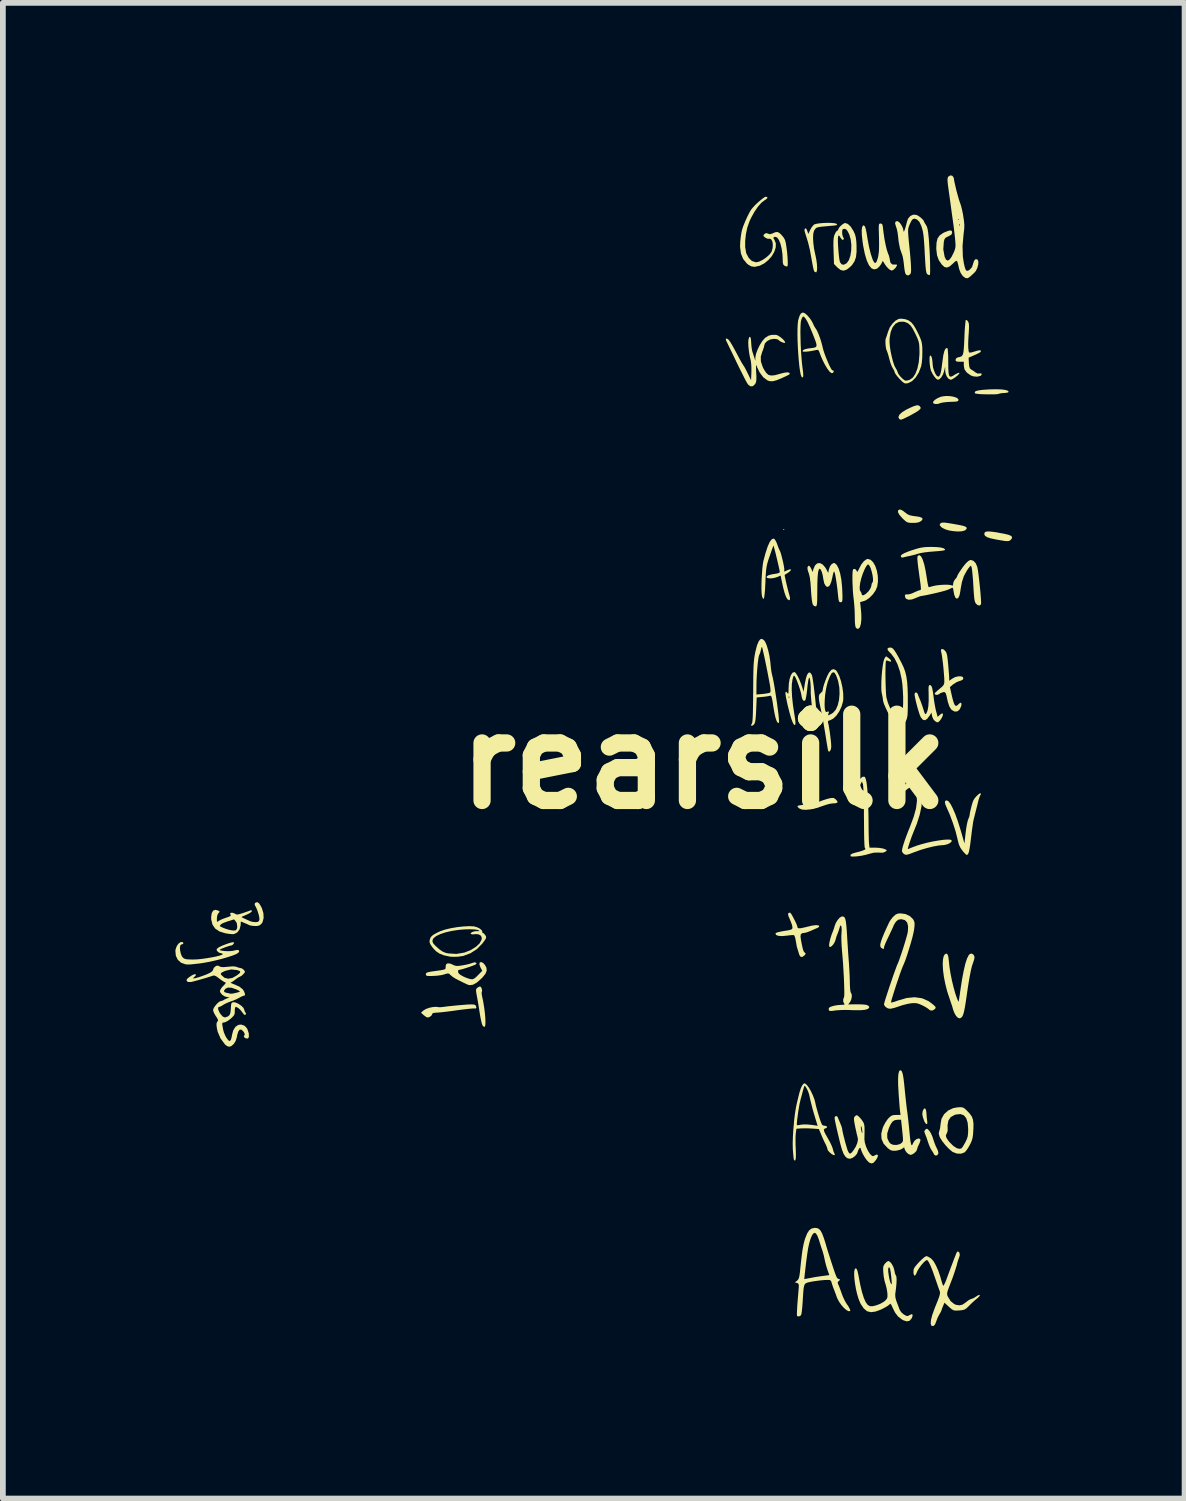
<source format=kicad_pcb>
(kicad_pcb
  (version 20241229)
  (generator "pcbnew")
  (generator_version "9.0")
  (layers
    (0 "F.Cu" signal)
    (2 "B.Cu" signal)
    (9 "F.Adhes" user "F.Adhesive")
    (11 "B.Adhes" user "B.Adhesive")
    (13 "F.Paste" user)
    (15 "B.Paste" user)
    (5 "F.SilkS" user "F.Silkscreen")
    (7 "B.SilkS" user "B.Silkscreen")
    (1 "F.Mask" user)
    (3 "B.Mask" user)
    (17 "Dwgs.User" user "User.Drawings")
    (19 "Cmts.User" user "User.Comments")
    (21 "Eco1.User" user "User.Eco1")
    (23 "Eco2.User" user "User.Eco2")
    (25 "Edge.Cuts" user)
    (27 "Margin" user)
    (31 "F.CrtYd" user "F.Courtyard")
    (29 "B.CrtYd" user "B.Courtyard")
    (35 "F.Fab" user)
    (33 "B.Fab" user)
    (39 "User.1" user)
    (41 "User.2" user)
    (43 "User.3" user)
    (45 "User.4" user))
  (footprint "rearsilk"
    (layer "F.Cu")
    (at 9.19 10.192)
    (property "Reference" "rearsilk" (at 0 0 0) (layer "F.SilkS") (effects (font (size 1.5 1.5) (thickness 0.3))))
    (attr board_only exclude_from_pos_files exclude_from_bom)
    (fp_poly (pts (xy 1.4 -4.041) (xy 1.397 -4.031) (xy 1.389 -4.03) (xy 1.375 -4.036) (xy 1.377 -4.041) (xy 1.397 -4.043)) (stroke (width 0) (type solid)) (fill yes) (layer "F.SilkS"))
    (fp_poly (pts (xy 3.863 6.059) (xy 3.871 6.112) (xy 3.872 6.13) (xy 3.876 6.189) (xy 3.882 6.24) (xy 3.885 6.259) (xy 3.887 6.296) (xy 3.874 6.307) (xy 3.854 6.292) (xy 3.836 6.261) (xy 3.809 6.187) (xy 3.799 6.132) (xy 3.805 6.085) (xy 3.809 6.073) (xy 3.829 6.037) (xy 3.848 6.034)) (stroke (width 0) (type solid)) (fill yes) (layer "F.SilkS"))
    (fp_poly (pts (xy 3.748 -6.184) (xy 3.761 -6.17) (xy 3.772 -6.149) (xy 3.763 -6.129) (xy 3.734 -6.103) (xy 3.699 -6.079) (xy 3.646 -6.049) (xy 3.585 -6.015) (xy 3.523 -5.984) (xy 3.47 -5.959) (xy 3.434 -5.945) (xy 3.425 -5.944) (xy 3.399 -5.954) (xy 3.398 -5.955) (xy 3.383 -5.989) (xy 3.4 -6.029) (xy 3.447 -6.073) (xy 3.522 -6.119) (xy 3.577 -6.146) (xy 3.647 -6.177) (xy 3.695 -6.192) (xy 3.726 -6.194)) (stroke (width 0) (type solid)) (fill yes) (layer "F.SilkS"))
    (fp_poly (pts (xy 4.186 -4.154) (xy 4.24 -4.147) (xy 4.32 -4.134) (xy 4.344 -4.13) (xy 4.438 -4.113) (xy 4.504 -4.099) (xy 4.545 -4.086) (xy 4.566 -4.072) (xy 4.571 -4.056) (xy 4.567 -4.042) (xy 4.541 -4.018) (xy 4.488 -4.003) (xy 4.414 -3.999) (xy 4.326 -4.007) (xy 4.255 -4.019) (xy 4.196 -4.038) (xy 4.146 -4.063) (xy 4.128 -4.077) (xy 4.104 -4.105) (xy 4.103 -4.125) (xy 4.115 -4.14) (xy 4.13 -4.15) (xy 4.151 -4.154)) (stroke (width 0) (type solid)) (fill yes) (layer "F.SilkS"))
    (fp_poly (pts (xy 4.995 -3.997) (xy 5.08 -3.986) (xy 5.123 -3.978) (xy 5.226 -3.959) (xy 5.298 -3.942) (xy 5.342 -3.923) (xy 5.36 -3.903) (xy 5.356 -3.879) (xy 5.343 -3.861) (xy 5.326 -3.845) (xy 5.307 -3.835) (xy 5.28 -3.832) (xy 5.238 -3.834) (xy 5.175 -3.844) (xy 5.087 -3.859) (xy 4.991 -3.879) (xy 4.927 -3.9) (xy 4.89 -3.924) (xy 4.877 -3.952) (xy 4.877 -3.954) (xy 4.882 -3.979) (xy 4.9 -3.994) (xy 4.936 -4)) (stroke (width 0) (type solid)) (fill yes) (layer "F.SilkS"))
    (fp_poly (pts (xy 3.435 -4.375) (xy 3.475 -4.35) (xy 3.497 -4.332) (xy 3.541 -4.299) (xy 3.586 -4.28) (xy 3.647 -4.268) (xy 3.669 -4.266) (xy 3.747 -4.254) (xy 3.792 -4.238) (xy 3.805 -4.217) (xy 3.788 -4.19) (xy 3.778 -4.181) (xy 3.74 -4.16) (xy 3.686 -4.15) (xy 3.636 -4.149) (xy 3.582 -4.15) (xy 3.544 -4.157) (xy 3.512 -4.175) (xy 3.473 -4.21) (xy 3.451 -4.232) (xy 3.399 -4.291) (xy 3.375 -4.337) (xy 3.379 -4.368) (xy 3.406 -4.382)) (stroke (width 0) (type solid)) (fill yes) (layer "F.SilkS"))
    (fp_poly (pts (xy 4.282 -6.353) (xy 4.346 -6.342) (xy 4.396 -6.325) (xy 4.424 -6.303) (xy 4.428 -6.291) (xy 4.425 -6.274) (xy 4.412 -6.264) (xy 4.381 -6.258) (xy 4.327 -6.255) (xy 4.289 -6.254) (xy 4.22 -6.25) (xy 4.161 -6.243) (xy 4.122 -6.235) (xy 4.117 -6.233) (xy 4.071 -6.218) (xy 4.024 -6.216) (xy 3.991 -6.229) (xy 3.986 -6.234) (xy 3.989 -6.258) (xy 4.016 -6.287) (xy 4.061 -6.316) (xy 4.116 -6.34) (xy 4.148 -6.348) (xy 4.214 -6.356)) (stroke (width 0) (type solid)) (fill yes) (layer "F.SilkS"))
    (fp_poly (pts (xy 5.172 -6.47) (xy 5.244 -6.461) (xy 5.288 -6.446) (xy 5.302 -6.426) (xy 5.285 -6.416) (xy 5.246 -6.409) (xy 5.224 -6.408) (xy 5.175 -6.404) (xy 5.142 -6.398) (xy 5.136 -6.395) (xy 5.114 -6.389) (xy 5.067 -6.385) (xy 5.002 -6.384) (xy 4.93 -6.384) (xy 4.856 -6.386) (xy 4.791 -6.389) (xy 4.742 -6.395) (xy 4.716 -6.401) (xy 4.715 -6.402) (xy 4.711 -6.423) (xy 4.728 -6.44) (xy 4.771 -6.452) (xy 4.842 -6.462) (xy 4.943 -6.469) (xy 4.956 -6.47) (xy 5.075 -6.473)) (stroke (width 0) (type solid)) (fill yes) (layer "F.SilkS"))
    (fp_poly (pts (xy 3.891 6.392) (xy 3.918 6.42) (xy 3.92 6.421) (xy 3.947 6.463) (xy 3.974 6.523) (xy 3.988 6.565) (xy 4.01 6.631) (xy 4.035 6.694) (xy 4.05 6.724) (xy 4.071 6.771) (xy 4.079 6.81) (xy 4.078 6.817) (xy 4.061 6.846) (xy 4.032 6.854) (xy 4.007 6.84) (xy 4.002 6.83) (xy 3.983 6.793) (xy 3.959 6.758) (xy 3.938 6.721) (xy 3.914 6.664) (xy 3.895 6.61) (xy 3.875 6.548) (xy 3.855 6.496) (xy 3.843 6.466) (xy 3.833 6.433) (xy 3.851 6.404) (xy 3.852 6.403) (xy 3.873 6.387)) (stroke (width 0) (type solid)) (fill yes) (layer "F.SilkS"))
    (fp_poly (pts (xy 2.259 0.636) (xy 2.286 0.653) (xy 2.296 0.662) (xy 2.324 0.695) (xy 2.321 0.716) (xy 2.288 0.727) (xy 2.247 0.729) (xy 2.196 0.735) (xy 2.128 0.753) (xy 2.057 0.777) (xy 2.049 0.78) (xy 1.956 0.811) (xy 1.862 0.832) (xy 1.776 0.841) (xy 1.71 0.837) (xy 1.702 0.835) (xy 1.658 0.816) (xy 1.632 0.791) (xy 1.63 0.775) (xy 1.648 0.766) (xy 1.692 0.759) (xy 1.751 0.754) (xy 1.762 0.754) (xy 1.878 0.741) (xy 1.982 0.709) (xy 1.993 0.705) (xy 2.062 0.678) (xy 2.133 0.655) (xy 2.177 0.643) (xy 2.228 0.634)) (stroke (width 0) (type solid)) (fill yes) (layer "F.SilkS"))
    (fp_poly (pts (xy 4.05 -3.728) (xy 4.124 -3.72) (xy 4.173 -3.706) (xy 4.194 -3.688) (xy 4.192 -3.676) (xy 4.173 -3.67) (xy 4.127 -3.663) (xy 4.062 -3.657) (xy 3.999 -3.652) (xy 3.914 -3.645) (xy 3.833 -3.635) (xy 3.767 -3.624) (xy 3.737 -3.616) (xy 3.67 -3.596) (xy 3.597 -3.578) (xy 3.579 -3.574) (xy 3.524 -3.563) (xy 3.481 -3.552) (xy 3.469 -3.548) (xy 3.439 -3.548) (xy 3.429 -3.556) (xy 3.425 -3.577) (xy 3.443 -3.598) (xy 3.485 -3.622) (xy 3.555 -3.651) (xy 3.624 -3.675) (xy 3.71 -3.702) (xy 3.781 -3.719) (xy 3.851 -3.728) (xy 3.938 -3.731) (xy 3.954 -3.731)) (stroke (width 0) (type solid)) (fill yes) (layer "F.SilkS"))
    (fp_poly (pts (xy -3.874 3.926) (xy -3.86 3.957) (xy -3.856 3.989) (xy -3.86 4.002) (xy -3.865 4.026) (xy -3.86 4.068) (xy -3.858 4.078) (xy -3.838 4.169) (xy -3.822 4.266) (xy -3.809 4.362) (xy -3.801 4.45) (xy -3.798 4.526) (xy -3.8 4.582) (xy -3.808 4.612) (xy -3.811 4.615) (xy -3.83 4.61) (xy -3.846 4.595) (xy -3.858 4.567) (xy -3.872 4.514) (xy -3.886 4.444) (xy -3.897 4.379) (xy -3.911 4.288) (xy -3.926 4.195) (xy -3.941 4.113) (xy -3.948 4.075) (xy -3.959 4.013) (xy -3.962 3.976) (xy -3.957 3.954) (xy -3.943 3.939) (xy -3.938 3.935) (xy -3.907 3.917) (xy -3.891 3.912)) (stroke (width 0) (type solid)) (fill yes) (layer "F.SilkS"))
    (fp_poly (pts (xy -4.009 4.226) (xy -3.985 4.231) (xy -3.971 4.24) (xy -3.967 4.245) (xy -3.955 4.276) (xy -3.964 4.295) (xy -3.987 4.295) (xy -4.01 4.295) (xy -4.061 4.299) (xy -4.133 4.307) (xy -4.22 4.317) (xy -4.294 4.327) (xy -4.395 4.341) (xy -4.489 4.353) (xy -4.569 4.362) (xy -4.628 4.367) (xy -4.652 4.368) (xy -4.702 4.373) (xy -4.723 4.386) (xy -4.724 4.394) (xy -4.738 4.42) (xy -4.771 4.444) (xy -4.807 4.453) (xy -4.83 4.443) (xy -4.864 4.417) (xy -4.872 4.411) (xy -4.919 4.369) (xy -4.873 4.328) (xy -4.83 4.303) (xy -4.769 4.282) (xy -4.702 4.269) (xy -4.645 4.267) (xy -4.618 4.272) (xy -4.59 4.274) (xy -4.541 4.27) (xy -4.504 4.265) (xy -4.45 4.258) (xy -4.372 4.25) (xy -4.283 4.241) (xy -4.199 4.234) (xy -4.11 4.227) (xy -4.049 4.225)) (stroke (width 0) (type solid)) (fill yes) (layer "F.SilkS"))
    (fp_poly (pts (xy 2.22 -9.365) (xy 2.275 -9.36) (xy 2.306 -9.351) (xy 2.307 -9.349) (xy 2.318 -9.332) (xy 2.315 -9.328) (xy 2.29 -9.323) (xy 2.269 -9.32) (xy 2.222 -9.316) (xy 2.158 -9.31) (xy 2.125 -9.307) (xy 2.046 -9.3) (xy 1.994 -9.292) (xy 1.96 -9.282) (xy 1.939 -9.264) (xy 1.922 -9.238) (xy 1.915 -9.225) (xy 1.903 -9.178) (xy 1.899 -9.105) (xy 1.904 -9.017) (xy 1.916 -8.92) (xy 1.936 -8.823) (xy 1.939 -8.81) (xy 1.955 -8.733) (xy 1.966 -8.656) (xy 1.97 -8.588) (xy 1.967 -8.537) (xy 1.957 -8.508) (xy 1.953 -8.506) (xy 1.93 -8.513) (xy 1.917 -8.529) (xy 1.908 -8.558) (xy 1.896 -8.612) (xy 1.883 -8.682) (xy 1.873 -8.738) (xy 1.845 -8.891) (xy 1.813 -9.025) (xy 1.773 -9.154) (xy 1.766 -9.175) (xy 1.751 -9.228) (xy 1.753 -9.259) (xy 1.759 -9.267) (xy 1.775 -9.271) (xy 1.791 -9.246) (xy 1.797 -9.23) (xy 1.817 -9.174) (xy 1.849 -9.243) (xy 1.877 -9.292) (xy 1.909 -9.33) (xy 1.918 -9.338) (xy 1.952 -9.349) (xy 2.009 -9.358) (xy 2.078 -9.364) (xy 2.152 -9.367)) (stroke (width 0) (type solid)) (fill yes) (layer "F.SilkS"))
    (fp_poly (pts (xy 4.237 3.353) (xy 4.252 3.397) (xy 4.261 3.473) (xy 4.262 3.485) (xy 4.272 3.576) (xy 4.29 3.688) (xy 4.314 3.809) (xy 4.343 3.928) (xy 4.372 4.032) (xy 4.387 4.077) (xy 4.406 4.13) (xy 4.422 4.166) (xy 4.429 4.178) (xy 4.429 4.178) (xy 4.434 4.161) (xy 4.441 4.116) (xy 4.451 4.052) (xy 4.46 3.987) (xy 4.489 3.796) (xy 4.519 3.639) (xy 4.548 3.514) (xy 4.578 3.424) (xy 4.608 3.366) (xy 4.628 3.346) (xy 4.661 3.341) (xy 4.691 3.362) (xy 4.707 3.398) (xy 4.707 3.406) (xy 4.701 3.443) (xy 4.685 3.491) (xy 4.682 3.501) (xy 4.661 3.562) (xy 4.64 3.653) (xy 4.617 3.774) (xy 4.592 3.926) (xy 4.572 4.064) (xy 4.554 4.188) (xy 4.538 4.283) (xy 4.524 4.353) (xy 4.51 4.402) (xy 4.495 4.434) (xy 4.487 4.445) (xy 4.455 4.468) (xy 4.42 4.459) (xy 4.387 4.426) (xy 4.36 4.38) (xy 4.337 4.322) (xy 4.334 4.312) (xy 4.319 4.259) (xy 4.296 4.191) (xy 4.273 4.123) (xy 4.232 3.999) (xy 4.2 3.873) (xy 4.175 3.749) (xy 4.16 3.633) (xy 4.154 3.53) (xy 4.158 3.445) (xy 4.172 3.383) (xy 4.188 3.357) (xy 4.216 3.34)) (stroke (width 0) (type solid)) (fill yes) (layer "F.SilkS"))
    (fp_poly (pts (xy 3.946 -1.324) (xy 3.961 -1.305) (xy 3.973 -1.267) (xy 3.984 -1.205) (xy 3.996 -1.118) (xy 4.007 -1.034) (xy 4.022 -0.952) (xy 4.036 -0.884) (xy 4.041 -0.866) (xy 4.066 -0.775) (xy 4.106 -0.812) (xy 4.138 -0.835) (xy 4.155 -0.833) (xy 4.158 -0.811) (xy 4.147 -0.776) (xy 4.122 -0.733) (xy 4.102 -0.707) (xy 4.076 -0.683) (xy 4.054 -0.681) (xy 4.02 -0.702) (xy 4.018 -0.703) (xy 3.989 -0.737) (xy 3.97 -0.785) (xy 3.969 -0.789) (xy 3.958 -0.849) (xy 3.929 -0.801) (xy 3.885 -0.742) (xy 3.845 -0.717) (xy 3.809 -0.725) (xy 3.774 -0.766) (xy 3.769 -0.777) (xy 3.752 -0.817) (xy 3.733 -0.877) (xy 3.712 -0.948) (xy 3.693 -1.022) (xy 3.677 -1.09) (xy 3.667 -1.144) (xy 3.664 -1.177) (xy 3.665 -1.18) (xy 3.684 -1.201) (xy 3.708 -1.193) (xy 3.719 -1.173) (xy 3.732 -1.139) (xy 3.752 -1.09) (xy 3.759 -1.075) (xy 3.78 -1.02) (xy 3.804 -0.951) (xy 3.818 -0.907) (xy 3.835 -0.853) (xy 3.847 -0.827) (xy 3.858 -0.824) (xy 3.87 -0.836) (xy 3.89 -0.884) (xy 3.904 -0.96) (xy 3.91 -1.06) (xy 3.909 -1.178) (xy 3.909 -1.183) (xy 3.907 -1.256) (xy 3.909 -1.301) (xy 3.916 -1.323) (xy 3.927 -1.329)) (stroke (width 0) (type solid)) (fill yes) (layer "F.SilkS"))
    (fp_poly (pts (xy 4.817 0.571) (xy 4.811 0.582) (xy 4.796 0.611) (xy 4.781 0.657) (xy 4.777 0.67) (xy 4.755 0.762) (xy 4.731 0.855) (xy 4.71 0.939) (xy 4.694 1.003) (xy 4.691 1.016) (xy 4.683 1.054) (xy 4.674 1.118) (xy 4.662 1.199) (xy 4.651 1.292) (xy 4.646 1.329) (xy 4.633 1.439) (xy 4.62 1.52) (xy 4.609 1.574) (xy 4.596 1.607) (xy 4.582 1.623) (xy 4.571 1.626) (xy 4.554 1.614) (xy 4.523 1.582) (xy 4.498 1.553) (xy 4.461 1.5) (xy 4.435 1.441) (xy 4.414 1.362) (xy 4.411 1.348) (xy 4.378 1.215) (xy 4.331 1.069) (xy 4.278 0.926) (xy 4.23 0.818) (xy 4.201 0.75) (xy 4.191 0.706) (xy 4.202 0.682) (xy 4.225 0.677) (xy 4.255 0.693) (xy 4.29 0.74) (xy 4.329 0.815) (xy 4.372 0.914) (xy 4.416 1.037) (xy 4.461 1.179) (xy 4.477 1.233) (xy 4.532 1.426) (xy 4.553 1.237) (xy 4.564 1.155) (xy 4.577 1.083) (xy 4.59 1.027) (xy 4.599 1.002) (xy 4.616 0.96) (xy 4.623 0.928) (xy 4.627 0.895) (xy 4.639 0.842) (xy 4.654 0.78) (xy 4.671 0.721) (xy 4.683 0.686) (xy 4.702 0.651) (xy 4.733 0.612) (xy 4.768 0.578) (xy 4.797 0.556) (xy 4.813 0.552)) (stroke (width 0) (type solid)) (fill yes) (layer "F.SilkS"))
    (fp_poly (pts (xy 4.236 -7.187) (xy 4.241 -7.167) (xy 4.245 -7.121) (xy 4.249 -7.053) (xy 4.25 -6.97) (xy 4.25 -6.941) (xy 4.251 -6.837) (xy 4.255 -6.763) (xy 4.263 -6.717) (xy 4.278 -6.694) (xy 4.302 -6.692) (xy 4.335 -6.708) (xy 4.368 -6.729) (xy 4.409 -6.751) (xy 4.438 -6.76) (xy 4.445 -6.757) (xy 4.438 -6.74) (xy 4.411 -6.712) (xy 4.373 -6.681) (xy 4.334 -6.655) (xy 4.301 -6.639) (xy 4.293 -6.638) (xy 4.257 -6.653) (xy 4.225 -6.693) (xy 4.204 -6.748) (xy 4.198 -6.791) (xy 4.196 -6.866) (xy 4.179 -6.79) (xy 4.158 -6.729) (xy 4.127 -6.677) (xy 4.093 -6.645) (xy 4.07 -6.638) (xy 4.047 -6.65) (xy 4.017 -6.682) (xy 4.008 -6.693) (xy 3.976 -6.743) (xy 3.951 -6.793) (xy 3.949 -6.799) (xy 3.938 -6.843) (xy 3.93 -6.899) (xy 3.925 -6.959) (xy 3.925 -7.012) (xy 3.929 -7.049) (xy 3.937 -7.062) (xy 3.955 -7.047) (xy 3.969 -7.005) (xy 3.977 -6.939) (xy 3.978 -6.913) (xy 3.985 -6.855) (xy 4.003 -6.796) (xy 4.026 -6.743) (xy 4.052 -6.705) (xy 4.076 -6.692) (xy 4.078 -6.692) (xy 4.096 -6.703) (xy 4.111 -6.731) (xy 4.124 -6.779) (xy 4.136 -6.853) (xy 4.149 -6.955) (xy 4.151 -6.968) (xy 4.165 -7.068) (xy 4.183 -7.139) (xy 4.205 -7.181) (xy 4.229 -7.19)) (stroke (width 0) (type solid)) (fill yes) (layer "F.SilkS"))
    (fp_poly (pts (xy 4.575 -7.674) (xy 4.595 -7.65) (xy 4.606 -7.625) (xy 4.611 -7.59) (xy 4.611 -7.536) (xy 4.607 -7.458) (xy 4.605 -7.434) (xy 4.6 -7.35) (xy 4.597 -7.269) (xy 4.598 -7.204) (xy 4.6 -7.178) (xy 4.604 -7.14) (xy 4.61 -7.118) (xy 4.624 -7.109) (xy 4.652 -7.113) (xy 4.701 -7.127) (xy 4.758 -7.144) (xy 4.798 -7.151) (xy 4.819 -7.143) (xy 4.814 -7.124) (xy 4.805 -7.116) (xy 4.778 -7.1) (xy 4.732 -7.078) (xy 4.694 -7.061) (xy 4.604 -7.022) (xy 4.609 -6.928) (xy 4.615 -6.871) (xy 4.626 -6.837) (xy 4.646 -6.818) (xy 4.652 -6.815) (xy 4.696 -6.787) (xy 4.723 -6.766) (xy 4.764 -6.745) (xy 4.789 -6.747) (xy 4.823 -6.749) (xy 4.834 -6.734) (xy 4.819 -6.712) (xy 4.811 -6.706) (xy 4.753 -6.691) (xy 4.686 -6.697) (xy 4.643 -6.713) (xy 4.573 -6.763) (xy 4.533 -6.818) (xy 4.521 -6.882) (xy 4.521 -6.951) (xy 4.449 -6.951) (xy 4.403 -6.954) (xy 4.382 -6.964) (xy 4.377 -6.985) (xy 4.392 -7.016) (xy 4.42 -7.027) (xy 4.454 -7.035) (xy 4.479 -7.045) (xy 4.497 -7.063) (xy 4.509 -7.092) (xy 4.517 -7.139) (xy 4.523 -7.206) (xy 4.528 -7.301) (xy 4.531 -7.371) (xy 4.535 -7.468) (xy 4.541 -7.553) (xy 4.547 -7.621) (xy 4.552 -7.665) (xy 4.557 -7.68)) (stroke (width 0) (type solid)) (fill yes) (layer "F.SilkS"))
    (fp_poly (pts (xy 1.507 2.635) (xy 1.525 2.66) (xy 1.55 2.705) (xy 1.578 2.759) (xy 1.604 2.812) (xy 1.621 2.854) (xy 1.626 2.872) (xy 1.631 2.893) (xy 1.651 2.902) (xy 1.691 2.899) (xy 1.757 2.885) (xy 1.78 2.879) (xy 1.88 2.855) (xy 1.951 2.846) (xy 1.993 2.851) (xy 2.007 2.862) (xy 2 2.879) (xy 1.971 2.897) (xy 1.969 2.897) (xy 1.923 2.917) (xy 1.867 2.942) (xy 1.852 2.948) (xy 1.802 2.968) (xy 1.761 2.979) (xy 1.751 2.981) (xy 1.709 2.986) (xy 1.686 3.006) (xy 1.681 3.046) (xy 1.69 3.11) (xy 1.707 3.196) (xy 1.72 3.255) (xy 1.732 3.293) (xy 1.744 3.314) (xy 1.756 3.325) (xy 1.771 3.339) (xy 1.761 3.36) (xy 1.751 3.371) (xy 1.713 3.4) (xy 1.682 3.396) (xy 1.661 3.365) (xy 1.617 3.222) (xy 1.599 3.119) (xy 1.589 3.067) (xy 1.575 3.03) (xy 1.567 3.02) (xy 1.54 3.019) (xy 1.492 3.023) (xy 1.443 3.029) (xy 1.363 3.037) (xy 1.3 3.033) (xy 1.259 3.019) (xy 1.245 2.996) (xy 1.256 2.981) (xy 1.294 2.968) (xy 1.36 2.954) (xy 1.393 2.948) (xy 1.464 2.937) (xy 1.507 2.927) (xy 1.531 2.916) (xy 1.54 2.901) (xy 1.541 2.884) (xy 1.534 2.846) (xy 1.515 2.793) (xy 1.497 2.749) (xy 1.472 2.691) (xy 1.464 2.654) (xy 1.471 2.637) (xy 1.496 2.628)) (stroke (width 0) (type solid)) (fill yes) (layer "F.SilkS"))
    (fp_poly (pts (xy 3.1 -9.346) (xy 3.111 -9.312) (xy 3.112 -9.305) (xy 3.125 -9.195) (xy 3.141 -9.087) (xy 3.16 -8.989) (xy 3.179 -8.908) (xy 3.197 -8.851) (xy 3.2 -8.844) (xy 3.221 -8.789) (xy 3.233 -8.737) (xy 3.234 -8.724) (xy 3.246 -8.673) (xy 3.277 -8.643) (xy 3.319 -8.641) (xy 3.352 -8.643) (xy 3.359 -8.626) (xy 3.339 -8.592) (xy 3.328 -8.579) (xy 3.293 -8.546) (xy 3.267 -8.537) (xy 3.237 -8.55) (xy 3.222 -8.56) (xy 3.19 -8.591) (xy 3.155 -8.635) (xy 3.149 -8.645) (xy 3.112 -8.705) (xy 3.083 -8.649) (xy 3.05 -8.604) (xy 3.013 -8.571) (xy 3.01 -8.569) (xy 2.96 -8.557) (xy 2.914 -8.577) (xy 2.871 -8.63) (xy 2.833 -8.713) (xy 2.799 -8.828) (xy 2.77 -8.972) (xy 2.76 -9.042) (xy 2.748 -9.15) (xy 2.745 -9.234) (xy 2.752 -9.291) (xy 2.767 -9.319) (xy 2.776 -9.322) (xy 2.791 -9.316) (xy 2.805 -9.296) (xy 2.817 -9.256) (xy 2.83 -9.191) (xy 2.844 -9.104) (xy 2.871 -8.956) (xy 2.902 -8.829) (xy 2.935 -8.73) (xy 2.941 -8.716) (xy 2.964 -8.676) (xy 2.986 -8.669) (xy 3.006 -8.695) (xy 3.025 -8.754) (xy 3.032 -8.783) (xy 3.038 -8.82) (xy 3.043 -8.859) (xy 3.046 -8.906) (xy 3.047 -8.965) (xy 3.047 -9.044) (xy 3.045 -9.146) (xy 3.042 -9.246) (xy 3.042 -9.305) (xy 3.045 -9.338) (xy 3.055 -9.353) (xy 3.073 -9.356)) (stroke (width 0) (type solid)) (fill yes) (layer "F.SilkS"))
    (fp_poly (pts (xy 4.505 6.018) (xy 4.536 6.036) (xy 4.566 6.064) (xy 4.623 6.123) (xy 4.66 6.175) (xy 4.68 6.229) (xy 4.689 6.297) (xy 4.688 6.386) (xy 4.687 6.397) (xy 4.682 6.48) (xy 4.674 6.541) (xy 4.66 6.592) (xy 4.638 6.644) (xy 4.626 6.666) (xy 4.593 6.724) (xy 4.56 6.771) (xy 4.535 6.798) (xy 4.474 6.821) (xy 4.402 6.819) (xy 4.332 6.793) (xy 4.318 6.784) (xy 4.262 6.737) (xy 4.202 6.674) (xy 4.147 6.605) (xy 4.107 6.541) (xy 4.099 6.523) (xy 4.094 6.504) (xy 4.208 6.504) (xy 4.22 6.548) (xy 4.259 6.605) (xy 4.267 6.614) (xy 4.337 6.685) (xy 4.399 6.726) (xy 4.452 6.737) (xy 4.481 6.727) (xy 4.498 6.706) (xy 4.524 6.664) (xy 4.548 6.621) (xy 4.574 6.566) (xy 4.589 6.517) (xy 4.595 6.46) (xy 4.597 6.392) (xy 4.588 6.283) (xy 4.563 6.204) (xy 4.522 6.154) (xy 4.463 6.132) (xy 4.387 6.139) (xy 4.36 6.147) (xy 4.294 6.184) (xy 4.253 6.244) (xy 4.238 6.324) (xy 4.239 6.358) (xy 4.24 6.426) (xy 4.225 6.467) (xy 4.223 6.47) (xy 4.208 6.504) (xy 4.094 6.504) (xy 4.085 6.473) (xy 4.092 6.432) (xy 4.095 6.425) (xy 4.108 6.38) (xy 4.115 6.323) (xy 4.116 6.311) (xy 4.132 6.216) (xy 4.177 6.135) (xy 4.247 6.071) (xy 4.336 6.029) (xy 4.412 6.015) (xy 4.468 6.012)) (stroke (width 0) (type solid)) (fill yes) (layer "F.SilkS"))
    (fp_poly (pts (xy 4.162 -1.952) (xy 4.19 -1.93) (xy 4.208 -1.908) (xy 4.221 -1.881) (xy 4.231 -1.842) (xy 4.239 -1.784) (xy 4.247 -1.701) (xy 4.249 -1.682) (xy 4.256 -1.599) (xy 4.262 -1.525) (xy 4.266 -1.469) (xy 4.267 -1.44) (xy 4.267 -1.403) (xy 4.321 -1.441) (xy 4.37 -1.467) (xy 4.423 -1.48) (xy 4.47 -1.481) (xy 4.503 -1.469) (xy 4.513 -1.448) (xy 4.502 -1.422) (xy 4.465 -1.404) (xy 4.451 -1.401) (xy 4.397 -1.38) (xy 4.343 -1.347) (xy 4.334 -1.34) (xy 4.279 -1.293) (xy 4.316 -1.129) (xy 4.338 -1.045) (xy 4.357 -0.993) (xy 4.376 -0.968) (xy 4.399 -0.969) (xy 4.426 -0.992) (xy 4.431 -0.998) (xy 4.46 -1.022) (xy 4.478 -1.015) (xy 4.479 -0.981) (xy 4.477 -0.968) (xy 4.45 -0.906) (xy 4.411 -0.872) (xy 4.364 -0.867) (xy 4.314 -0.894) (xy 4.3 -0.907) (xy 4.269 -0.957) (xy 4.243 -1.037) (xy 4.233 -1.081) (xy 4.219 -1.146) (xy 4.207 -1.184) (xy 4.194 -1.202) (xy 4.177 -1.207) (xy 4.166 -1.206) (xy 4.12 -1.191) (xy 4.095 -1.174) (xy 4.064 -1.159) (xy 4.032 -1.16) (xy 4.014 -1.176) (xy 4.013 -1.181) (xy 4.026 -1.198) (xy 4.058 -1.228) (xy 4.098 -1.262) (xy 4.146 -1.302) (xy 4.171 -1.333) (xy 4.181 -1.365) (xy 4.182 -1.388) (xy 4.181 -1.447) (xy 4.175 -1.524) (xy 4.168 -1.61) (xy 4.159 -1.698) (xy 4.149 -1.778) (xy 4.14 -1.843) (xy 4.132 -1.884) (xy 4.131 -1.887) (xy 4.123 -1.934) (xy 4.134 -1.957)) (stroke (width 0) (type solid)) (fill yes) (layer "F.SilkS"))
    (fp_poly (pts (xy 2.504 -9.348) (xy 2.553 -9.302) (xy 2.6 -9.229) (xy 2.603 -9.223) (xy 2.627 -9.17) (xy 2.642 -9.116) (xy 2.651 -9.048) (xy 2.655 -8.979) (xy 2.656 -8.863) (xy 2.646 -8.772) (xy 2.621 -8.699) (xy 2.581 -8.638) (xy 2.545 -8.6) (xy 2.482 -8.552) (xy 2.428 -8.535) (xy 2.376 -8.548) (xy 2.322 -8.591) (xy 2.32 -8.593) (xy 2.263 -8.652) (xy 2.256 -8.877) (xy 2.253 -8.977) (xy 2.254 -9.042) (xy 2.331 -9.042) (xy 2.334 -8.969) (xy 2.34 -8.888) (xy 2.347 -8.81) (xy 2.355 -8.743) (xy 2.364 -8.695) (xy 2.368 -8.683) (xy 2.396 -8.645) (xy 2.435 -8.638) (xy 2.481 -8.663) (xy 2.485 -8.666) (xy 2.522 -8.718) (xy 2.548 -8.794) (xy 2.563 -8.886) (xy 2.565 -8.983) (xy 2.554 -9.078) (xy 2.53 -9.162) (xy 2.524 -9.175) (xy 2.496 -9.228) (xy 2.472 -9.255) (xy 2.445 -9.263) (xy 2.444 -9.263) (xy 2.418 -9.258) (xy 2.407 -9.238) (xy 2.405 -9.198) (xy 2.41 -9.151) (xy 2.422 -9.117) (xy 2.425 -9.114) (xy 2.436 -9.089) (xy 2.427 -9.075) (xy 2.408 -9.071) (xy 2.385 -9.096) (xy 2.377 -9.109) (xy 2.356 -9.141) (xy 2.343 -9.146) (xy 2.336 -9.132) (xy 2.332 -9.099) (xy 2.331 -9.042) (xy 2.254 -9.042) (xy 2.254 -9.051) (xy 2.258 -9.104) (xy 2.267 -9.144) (xy 2.275 -9.165) (xy 2.295 -9.205) (xy 2.314 -9.227) (xy 2.319 -9.229) (xy 2.335 -9.242) (xy 2.337 -9.251) (xy 2.349 -9.279) (xy 2.38 -9.314) (xy 2.417 -9.345) (xy 2.45 -9.363) (xy 2.457 -9.364)) (stroke (width 0) (type solid)) (fill yes) (layer "F.SilkS"))
    (fp_poly (pts (xy 2.794 0.266) (xy 2.801 0.272) (xy 2.816 0.305) (xy 2.83 0.369) (xy 2.841 0.461) (xy 2.85 0.58) (xy 2.857 0.722) (xy 2.862 0.885) (xy 2.864 1.016) (xy 2.865 1.128) (xy 2.866 1.231) (xy 2.868 1.32) (xy 2.87 1.39) (xy 2.873 1.433) (xy 2.874 1.439) (xy 2.881 1.499) (xy 2.986 1.499) (xy 3.051 1.503) (xy 3.111 1.513) (xy 3.141 1.522) (xy 3.175 1.538) (xy 3.18 1.55) (xy 3.16 1.567) (xy 3.158 1.569) (xy 3.117 1.586) (xy 3.057 1.586) (xy 3.047 1.584) (xy 2.958 1.586) (xy 2.878 1.606) (xy 2.814 1.624) (xy 2.743 1.639) (xy 2.673 1.649) (xy 2.612 1.654) (xy 2.568 1.653) (xy 2.55 1.646) (xy 2.552 1.622) (xy 2.584 1.601) (xy 2.641 1.584) (xy 2.642 1.584) (xy 2.703 1.569) (xy 2.757 1.552) (xy 2.796 1.536) (xy 2.811 1.523) (xy 2.801 1.503) (xy 2.798 1.5) (xy 2.795 1.48) (xy 2.792 1.431) (xy 2.789 1.357) (xy 2.787 1.261) (xy 2.786 1.148) (xy 2.785 1.023) (xy 2.784 0.968) (xy 2.784 0.83) (xy 2.782 0.704) (xy 2.779 0.594) (xy 2.776 0.504) (xy 2.772 0.439) (xy 2.768 0.403) (xy 2.767 0.399) (xy 2.75 0.349) (xy 2.715 0.408) (xy 2.688 0.459) (xy 2.66 0.523) (xy 2.65 0.55) (xy 2.619 0.621) (xy 2.587 0.669) (xy 2.556 0.689) (xy 2.539 0.685) (xy 2.528 0.67) (xy 2.544 0.653) (xy 2.561 0.629) (xy 2.584 0.582) (xy 2.608 0.519) (xy 2.617 0.496) (xy 2.651 0.41) (xy 2.689 0.341) (xy 2.728 0.291) (xy 2.764 0.265)) (stroke (width 0) (type solid)) (fill yes) (layer "F.SilkS"))
    (fp_poly (pts (xy -9.068 3.139) (xy -9.05 3.156) (xy -9.058 3.175) (xy -9.088 3.183) (xy -9.088 3.183) (xy -9.104 3.198) (xy -9.111 3.235) (xy -9.108 3.284) (xy -9.097 3.337) (xy -9.08 3.383) (xy -9.062 3.408) (xy -9.04 3.426) (xy -9.012 3.437) (xy -8.97 3.442) (xy -8.905 3.444) (xy -8.878 3.444) (xy -8.812 3.442) (xy -8.733 3.434) (xy -8.648 3.422) (xy -8.564 3.408) (xy -8.487 3.393) (xy -8.424 3.377) (xy -8.381 3.363) (xy -8.365 3.351) (xy -8.379 3.338) (xy -8.396 3.336) (xy -8.432 3.324) (xy -8.456 3.305) (xy -8.474 3.28) (xy -8.468 3.26) (xy -8.452 3.244) (xy -8.421 3.225) (xy -8.372 3.202) (xy -8.313 3.179) (xy -8.255 3.159) (xy -8.207 3.146) (xy -8.177 3.143) (xy -8.175 3.144) (xy -8.171 3.161) (xy -8.187 3.183) (xy -8.211 3.199) (xy -8.222 3.2) (xy -8.248 3.206) (xy -8.295 3.221) (xy -8.342 3.238) (xy -8.393 3.259) (xy -8.417 3.272) (xy -8.416 3.28) (xy -8.398 3.287) (xy -8.336 3.297) (xy -8.262 3.3) (xy -8.193 3.294) (xy -8.152 3.284) (xy -8.11 3.277) (xy -8.084 3.286) (xy -8.081 3.307) (xy -8.095 3.326) (xy -8.131 3.349) (xy -8.195 3.375) (xy -8.28 3.403) (xy -8.38 3.432) (xy -8.488 3.459) (xy -8.598 3.484) (xy -8.704 3.503) (xy -8.78 3.514) (xy -8.863 3.523) (xy -8.92 3.529) (xy -8.96 3.531) (xy -8.991 3.53) (xy -9.016 3.527) (xy -9.091 3.5) (xy -9.148 3.449) (xy -9.182 3.379) (xy -9.19 3.295) (xy -9.187 3.27) (xy -9.168 3.215) (xy -9.138 3.17) (xy -9.102 3.142) (xy -9.068 3.139)) (stroke (width 0) (type solid)) (fill yes) (layer "F.SilkS"))
    (fp_poly (pts (xy 3.667 0.372) (xy 3.707 0.399) (xy 3.756 0.462) (xy 3.785 0.549) (xy 3.794 0.657) (xy 3.784 0.784) (xy 3.754 0.926) (xy 3.705 1.08) (xy 3.673 1.16) (xy 3.641 1.239) (xy 3.61 1.319) (xy 3.584 1.394) (xy 3.563 1.457) (xy 3.55 1.502) (xy 3.547 1.523) (xy 3.548 1.524) (xy 3.565 1.518) (xy 3.603 1.502) (xy 3.631 1.491) (xy 3.706 1.463) (xy 3.795 1.436) (xy 3.891 1.411) (xy 3.99 1.39) (xy 4.085 1.374) (xy 4.17 1.362) (xy 4.24 1.358) (xy 4.288 1.36) (xy 4.309 1.37) (xy 4.307 1.394) (xy 4.28 1.419) (xy 4.235 1.44) (xy 4.18 1.453) (xy 4.142 1.456) (xy 4.073 1.463) (xy 3.982 1.48) (xy 3.878 1.506) (xy 3.77 1.538) (xy 3.668 1.574) (xy 3.645 1.583) (xy 3.577 1.609) (xy 3.532 1.622) (xy 3.502 1.621) (xy 3.479 1.608) (xy 3.464 1.594) (xy 3.45 1.575) (xy 3.445 1.555) (xy 3.449 1.524) (xy 3.462 1.473) (xy 3.473 1.437) (xy 3.496 1.367) (xy 3.528 1.279) (xy 3.564 1.187) (xy 3.585 1.135) (xy 3.649 0.964) (xy 3.69 0.815) (xy 3.706 0.686) (xy 3.699 0.575) (xy 3.691 0.538) (xy 3.664 0.48) (xy 3.626 0.451) (xy 3.58 0.454) (xy 3.569 0.459) (xy 3.513 0.5) (xy 3.456 0.561) (xy 3.406 0.629) (xy 3.373 0.693) (xy 3.369 0.704) (xy 3.348 0.763) (xy 3.328 0.789) (xy 3.313 0.784) (xy 3.305 0.751) (xy 3.307 0.692) (xy 3.31 0.669) (xy 3.328 0.606) (xy 3.367 0.538) (xy 3.397 0.5) (xy 3.472 0.42) (xy 3.541 0.372) (xy 3.606 0.357)) (stroke (width 0) (type solid)) (fill yes) (layer "F.SilkS"))
    (fp_poly (pts (xy -3.839 3.504) (xy -3.811 3.533) (xy -3.781 3.585) (xy -3.776 3.637) (xy -3.798 3.692) (xy -3.849 3.756) (xy -3.874 3.78) (xy -3.95 3.847) (xy -4.016 3.883) (xy -4.074 3.89) (xy -4.098 3.884) (xy -4.133 3.869) (xy -4.19 3.842) (xy -4.26 3.807) (xy -4.318 3.777) (xy -4.366 3.747) (xy -4.405 3.715) (xy -4.408 3.712) (xy -4.43 3.691) (xy -4.453 3.686) (xy -4.49 3.695) (xy -4.509 3.702) (xy -4.562 3.715) (xy -4.633 3.725) (xy -4.707 3.73) (xy -4.772 3.731) (xy -4.81 3.729) (xy -4.828 3.722) (xy -4.834 3.707) (xy -4.834 3.7) (xy -4.831 3.684) (xy -4.817 3.672) (xy -4.787 3.663) (xy -4.734 3.653) (xy -4.661 3.643) (xy -4.583 3.632) (xy -4.533 3.623) (xy -4.505 3.614) (xy -4.492 3.602) (xy -4.49 3.586) (xy -4.491 3.577) (xy -4.485 3.532) (xy -4.457 3.511) (xy -4.41 3.515) (xy -4.373 3.531) (xy -4.335 3.549) (xy -4.3 3.556) (xy -4.255 3.554) (xy -4.197 3.546) (xy -4.129 3.533) (xy -4.067 3.518) (xy -4.031 3.505) (xy -3.987 3.493) (xy -3.961 3.5) (xy -3.959 3.502) (xy -3.954 3.519) (xy -3.979 3.536) (xy -3.989 3.54) (xy -4.063 3.568) (xy -4.135 3.592) (xy -4.198 3.611) (xy -4.242 3.622) (xy -4.253 3.623) (xy -4.275 3.635) (xy -4.273 3.666) (xy -4.261 3.687) (xy -4.235 3.71) (xy -4.188 3.737) (xy -4.13 3.763) (xy -4.074 3.781) (xy -4.057 3.785) (xy -4.025 3.788) (xy -3.996 3.777) (xy -3.961 3.75) (xy -3.929 3.718) (xy -3.853 3.64) (xy -3.884 3.583) (xy -3.903 3.53) (xy -3.898 3.497) (xy -3.874 3.487)) (stroke (width 0) (type solid)) (fill yes) (layer "F.SilkS"))
    (fp_poly (pts (xy 2.902 -3.506) (xy 2.945 -3.463) (xy 2.982 -3.398) (xy 3.009 -3.317) (xy 3.025 -3.227) (xy 3.028 -3.133) (xy 3.016 -3.044) (xy 2.988 -2.976) (xy 2.94 -2.907) (xy 2.881 -2.847) (xy 2.819 -2.803) (xy 2.787 -2.791) (xy 2.717 -2.772) (xy 2.728 -2.677) (xy 2.738 -2.567) (xy 2.739 -2.471) (xy 2.731 -2.394) (xy 2.716 -2.34) (xy 2.694 -2.31) (xy 2.666 -2.308) (xy 2.645 -2.323) (xy 2.634 -2.353) (xy 2.627 -2.414) (xy 2.625 -2.506) (xy 2.625 -2.517) (xy 2.623 -2.609) (xy 2.617 -2.708) (xy 2.609 -2.795) (xy 2.606 -2.822) (xy 2.597 -2.897) (xy 2.59 -2.991) (xy 2.589 -3.032) (xy 2.71 -3.032) (xy 2.712 -2.981) (xy 2.726 -2.955) (xy 2.741 -2.931) (xy 2.743 -2.913) (xy 2.753 -2.891) (xy 2.78 -2.892) (xy 2.818 -2.915) (xy 2.862 -2.957) (xy 2.893 -3.002) (xy 2.911 -3.044) (xy 2.913 -3.056) (xy 2.919 -3.092) (xy 2.929 -3.107) (xy 2.941 -3.132) (xy 2.942 -3.178) (xy 2.934 -3.237) (xy 2.92 -3.3) (xy 2.902 -3.358) (xy 2.881 -3.403) (xy 2.86 -3.426) (xy 2.853 -3.427) (xy 2.837 -3.412) (xy 2.813 -3.375) (xy 2.796 -3.342) (xy 2.763 -3.263) (xy 2.736 -3.18) (xy 2.718 -3.101) (xy 2.71 -3.032) (xy 2.589 -3.032) (xy 2.586 -3.091) (xy 2.584 -3.149) (xy 2.584 -3.234) (xy 2.586 -3.29) (xy 2.59 -3.324) (xy 2.598 -3.342) (xy 2.61 -3.349) (xy 2.612 -3.349) (xy 2.642 -3.34) (xy 2.655 -3.319) (xy 2.665 -3.3) (xy 2.675 -3.303) (xy 2.69 -3.332) (xy 2.701 -3.355) (xy 2.739 -3.427) (xy 2.783 -3.483) (xy 2.828 -3.516) (xy 2.853 -3.522)) (stroke (width 0) (type solid)) (fill yes) (layer "F.SilkS"))
    (fp_poly (pts (xy -3.996 2.868) (xy -3.992 2.869) (xy -3.941 2.884) (xy -3.896 2.907) (xy -3.863 2.935) (xy -3.852 2.96) (xy -3.854 2.966) (xy -3.85 2.979) (xy -3.845 2.98) (xy -3.824 2.993) (xy -3.8 3.022) (xy -3.788 3.044) (xy -3.786 3.065) (xy -3.797 3.091) (xy -3.825 3.13) (xy -3.852 3.166) (xy -3.947 3.263) (xy -4.06 3.336) (xy -4.184 3.382) (xy -4.272 3.395) (xy -4.336 3.397) (xy -4.392 3.396) (xy -4.42 3.393) (xy -4.521 3.371) (xy -4.597 3.341) (xy -4.658 3.3) (xy -4.709 3.246) (xy -4.747 3.194) (xy -4.766 3.157) (xy -4.769 3.135) (xy -4.719 3.135) (xy -4.704 3.166) (xy -4.669 3.205) (xy -4.662 3.211) (xy -4.597 3.269) (xy -4.543 3.306) (xy -4.49 3.328) (xy -4.447 3.338) (xy -4.303 3.347) (xy -4.162 3.323) (xy -4.052 3.279) (xy -3.964 3.224) (xy -3.901 3.165) (xy -3.867 3.104) (xy -3.861 3.069) (xy -3.876 3.031) (xy -3.915 3.007) (xy -3.971 3.002) (xy -3.988 3.005) (xy -4.031 3.007) (xy -4.055 2.998) (xy -4.055 2.998) (xy -4.05 2.981) (xy -4.022 2.964) (xy -3.983 2.953) (xy -3.942 2.95) (xy -3.933 2.951) (xy -3.908 2.952) (xy -3.904 2.945) (xy -3.931 2.93) (xy -3.985 2.921) (xy -4.063 2.918) (xy -4.158 2.92) (xy -4.256 2.928) (xy -4.379 2.946) (xy -4.489 2.971) (xy -4.583 3.002) (xy -4.656 3.037) (xy -4.702 3.075) (xy -4.717 3.103) (xy -4.719 3.135) (xy -4.769 3.135) (xy -4.77 3.124) (xy -4.768 3.108) (xy -4.755 3.067) (xy -4.73 3.034) (xy -4.688 3.004) (xy -4.623 2.97) (xy -4.58 2.951) (xy -4.501 2.924) (xy -4.4 2.9) (xy -4.289 2.881) (xy -4.178 2.869) (xy -4.077 2.864)) (stroke (width 0) (type solid)) (fill yes) (layer "F.SilkS"))
    (fp_poly (pts (xy 2.276 -3.449) (xy 2.311 -3.418) (xy 2.343 -3.358) (xy 2.37 -3.272) (xy 2.391 -3.164) (xy 2.404 -3.038) (xy 2.409 -2.929) (xy 2.411 -2.855) (xy 2.409 -2.808) (xy 2.404 -2.782) (xy 2.395 -2.771) (xy 2.379 -2.769) (xy 2.361 -2.772) (xy 2.35 -2.788) (xy 2.341 -2.824) (xy 2.334 -2.885) (xy 2.333 -2.896) (xy 2.323 -2.992) (xy 2.311 -3.086) (xy 2.298 -3.171) (xy 2.286 -3.241) (xy 2.274 -3.287) (xy 2.269 -3.301) (xy 2.26 -3.299) (xy 2.248 -3.266) (xy 2.235 -3.205) (xy 2.235 -3.203) (xy 2.217 -3.128) (xy 2.196 -3.075) (xy 2.182 -3.054) (xy 2.156 -3.035) (xy 2.135 -3.041) (xy 2.119 -3.054) (xy 2.095 -3.095) (xy 2.08 -3.161) (xy 2.078 -3.171) (xy 2.067 -3.238) (xy 2.051 -3.296) (xy 2.032 -3.337) (xy 2.014 -3.353) (xy 2.014 -3.353) (xy 1.999 -3.338) (xy 1.987 -3.292) (xy 1.979 -3.214) (xy 1.974 -3.105) (xy 1.973 -2.972) (xy 1.972 -2.87) (xy 1.971 -2.797) (xy 1.968 -2.748) (xy 1.963 -2.718) (xy 1.956 -2.702) (xy 1.945 -2.696) (xy 1.944 -2.696) (xy 1.915 -2.705) (xy 1.895 -2.729) (xy 1.886 -2.761) (xy 1.877 -2.818) (xy 1.869 -2.893) (xy 1.863 -2.979) (xy 1.863 -2.989) (xy 1.854 -3.112) (xy 1.842 -3.205) (xy 1.826 -3.27) (xy 1.821 -3.281) (xy 1.803 -3.34) (xy 1.803 -3.382) (xy 1.821 -3.403) (xy 1.828 -3.404) (xy 1.846 -3.39) (xy 1.866 -3.355) (xy 1.869 -3.349) (xy 1.892 -3.294) (xy 1.905 -3.344) (xy 1.933 -3.409) (xy 1.972 -3.445) (xy 2.018 -3.45) (xy 2.066 -3.426) (xy 2.113 -3.372) (xy 2.131 -3.34) (xy 2.163 -3.279) (xy 2.174 -3.339) (xy 2.193 -3.392) (xy 2.223 -3.432) (xy 2.257 -3.451)) (stroke (width 0) (type solid)) (fill yes) (layer "F.SilkS"))
    (fp_poly (pts (xy 2.296 -1.587) (xy 2.316 -1.562) (xy 2.354 -1.489) (xy 2.386 -1.394) (xy 2.41 -1.287) (xy 2.424 -1.181) (xy 2.425 -1.085) (xy 2.42 -1.044) (xy 2.395 -0.956) (xy 2.356 -0.872) (xy 2.307 -0.8) (xy 2.253 -0.747) (xy 2.201 -0.72) (xy 2.2 -0.719) (xy 2.164 -0.706) (xy 2.157 -0.686) (xy 2.158 -0.682) (xy 2.168 -0.644) (xy 2.179 -0.582) (xy 2.191 -0.506) (xy 2.201 -0.424) (xy 2.21 -0.347) (xy 2.215 -0.283) (xy 2.215 -0.243) (xy 2.206 -0.201) (xy 2.189 -0.175) (xy 2.172 -0.171) (xy 2.161 -0.189) (xy 2.156 -0.213) (xy 2.147 -0.264) (xy 2.135 -0.336) (xy 2.121 -0.424) (xy 2.109 -0.5) (xy 2.091 -0.607) (xy 2.072 -0.716) (xy 2.053 -0.815) (xy 2.037 -0.895) (xy 2.03 -0.928) (xy 2.018 -0.987) (xy 2.1 -0.987) (xy 2.103 -0.924) (xy 2.112 -0.88) (xy 2.125 -0.859) (xy 2.14 -0.862) (xy 2.165 -0.873) (xy 2.175 -0.858) (xy 2.166 -0.828) (xy 2.158 -0.806) (xy 2.173 -0.806) (xy 2.18 -0.809) (xy 2.218 -0.828) (xy 2.248 -0.848) (xy 2.294 -0.9) (xy 2.328 -0.976) (xy 2.351 -1.071) (xy 2.36 -1.177) (xy 2.356 -1.288) (xy 2.336 -1.395) (xy 2.329 -1.419) (xy 2.301 -1.496) (xy 2.275 -1.541) (xy 2.248 -1.553) (xy 2.22 -1.532) (xy 2.191 -1.477) (xy 2.157 -1.39) (xy 2.156 -1.386) (xy 2.136 -1.313) (xy 2.12 -1.232) (xy 2.108 -1.147) (xy 2.102 -1.063) (xy 2.1 -0.987) (xy 2.018 -0.987) (xy 2.01 -1.024) (xy 2 -1.093) (xy 2.001 -1.141) (xy 2.013 -1.172) (xy 2.032 -1.189) (xy 2.059 -1.216) (xy 2.066 -1.236) (xy 2.073 -1.279) (xy 2.091 -1.342) (xy 2.116 -1.412) (xy 2.143 -1.48) (xy 2.17 -1.533) (xy 2.177 -1.545) (xy 2.218 -1.593) (xy 2.257 -1.606)) (stroke (width 0) (type solid)) (fill yes) (layer "F.SilkS"))
    (fp_poly (pts (xy 3.266 -1.977) (xy 3.289 -1.962) (xy 3.314 -1.931) (xy 3.346 -1.882) (xy 3.387 -1.81) (xy 3.436 -1.717) (xy 3.473 -1.64) (xy 3.501 -1.564) (xy 3.521 -1.482) (xy 3.535 -1.388) (xy 3.543 -1.276) (xy 3.547 -1.141) (xy 3.547 -1.05) (xy 3.547 -0.943) (xy 3.545 -0.864) (xy 3.542 -0.806) (xy 3.535 -0.764) (xy 3.526 -0.732) (xy 3.514 -0.703) (xy 3.487 -0.659) (xy 3.459 -0.638) (xy 3.419 -0.63) (xy 3.378 -0.631) (xy 3.345 -0.645) (xy 3.309 -0.681) (xy 3.302 -0.689) (xy 3.268 -0.734) (xy 3.231 -0.797) (xy 3.192 -0.869) (xy 3.158 -0.941) (xy 3.131 -1.005) (xy 3.117 -1.053) (xy 3.116 -1.065) (xy 3.111 -1.103) (xy 3.101 -1.156) (xy 3.096 -1.176) (xy 3.088 -1.226) (xy 3.086 -1.3) (xy 3.087 -1.388) (xy 3.092 -1.483) (xy 3.1 -1.577) (xy 3.111 -1.664) (xy 3.123 -1.734) (xy 3.137 -1.78) (xy 3.141 -1.789) (xy 3.168 -1.83) (xy 3.218 -1.794) (xy 3.249 -1.765) (xy 3.258 -1.743) (xy 3.246 -1.735) (xy 3.215 -1.745) (xy 3.184 -1.756) (xy 3.169 -1.753) (xy 3.164 -1.731) (xy 3.161 -1.682) (xy 3.159 -1.613) (xy 3.158 -1.529) (xy 3.159 -1.438) (xy 3.161 -1.346) (xy 3.164 -1.259) (xy 3.168 -1.185) (xy 3.173 -1.129) (xy 3.176 -1.109) (xy 3.198 -1.03) (xy 3.229 -0.951) (xy 3.266 -0.875) (xy 3.306 -0.809) (xy 3.346 -0.757) (xy 3.382 -0.725) (xy 3.411 -0.717) (xy 3.422 -0.722) (xy 3.439 -0.758) (xy 3.452 -0.821) (xy 3.461 -0.905) (xy 3.466 -1.006) (xy 3.466 -1.117) (xy 3.461 -1.231) (xy 3.452 -1.344) (xy 3.44 -1.431) (xy 3.41 -1.567) (xy 3.368 -1.69) (xy 3.316 -1.794) (xy 3.257 -1.873) (xy 3.239 -1.89) (xy 3.201 -1.932) (xy 3.192 -1.961) (xy 3.214 -1.978) (xy 3.244 -1.981)) (stroke (width 0) (type solid)) (fill yes) (layer "F.SilkS"))
    (fp_poly (pts (xy 1.759 -7.793) (xy 1.799 -7.758) (xy 1.841 -7.71) (xy 1.877 -7.657) (xy 1.896 -7.62) (xy 1.917 -7.573) (xy 1.94 -7.536) (xy 1.942 -7.534) (xy 1.966 -7.495) (xy 1.994 -7.433) (xy 2.022 -7.359) (xy 2.046 -7.283) (xy 2.063 -7.215) (xy 2.066 -7.201) (xy 2.078 -7.155) (xy 2.098 -7.094) (xy 2.124 -7.025) (xy 2.153 -6.955) (xy 2.181 -6.891) (xy 2.207 -6.84) (xy 2.227 -6.808) (xy 2.238 -6.8) (xy 2.255 -6.8) (xy 2.259 -6.782) (xy 2.248 -6.76) (xy 2.246 -6.759) (xy 2.225 -6.752) (xy 2.196 -6.77) (xy 2.181 -6.786) (xy 2.145 -6.834) (xy 2.104 -6.903) (xy 2.064 -6.982) (xy 2.03 -7.062) (xy 2.016 -7.101) (xy 2 -7.142) (xy 1.983 -7.158) (xy 1.955 -7.155) (xy 1.95 -7.154) (xy 1.892 -7.142) (xy 1.831 -7.132) (xy 1.775 -7.126) (xy 1.734 -7.126) (xy 1.718 -7.13) (xy 1.722 -7.15) (xy 1.755 -7.168) (xy 1.815 -7.182) (xy 1.842 -7.185) (xy 1.896 -7.192) (xy 1.934 -7.2) (xy 1.955 -7.215) (xy 1.96 -7.243) (xy 1.95 -7.287) (xy 1.926 -7.352) (xy 1.89 -7.445) (xy 1.889 -7.447) (xy 1.841 -7.562) (xy 1.802 -7.646) (xy 1.769 -7.702) (xy 1.743 -7.732) (xy 1.726 -7.739) (xy 1.713 -7.724) (xy 1.697 -7.688) (xy 1.692 -7.676) (xy 1.685 -7.634) (xy 1.681 -7.564) (xy 1.679 -7.473) (xy 1.681 -7.368) (xy 1.684 -7.253) (xy 1.69 -7.136) (xy 1.698 -7.022) (xy 1.707 -6.918) (xy 1.716 -6.845) (xy 1.727 -6.758) (xy 1.729 -6.702) (xy 1.722 -6.678) (xy 1.706 -6.683) (xy 1.698 -6.693) (xy 1.685 -6.726) (xy 1.673 -6.788) (xy 1.661 -6.872) (xy 1.651 -6.972) (xy 1.642 -7.084) (xy 1.635 -7.202) (xy 1.63 -7.319) (xy 1.628 -7.43) (xy 1.629 -7.529) (xy 1.633 -7.611) (xy 1.64 -7.671) (xy 1.643 -7.682) (xy 1.664 -7.749) (xy 1.685 -7.787) (xy 1.71 -7.804) (xy 1.727 -7.806)) (stroke (width 0) (type solid)) (fill yes) (layer "F.SilkS"))
    (fp_poly (pts (xy 1.221 -3.874) (xy 1.239 -3.854) (xy 1.262 -3.812) (xy 1.277 -3.774) (xy 1.296 -3.721) (xy 1.313 -3.681) (xy 1.321 -3.666) (xy 1.333 -3.638) (xy 1.348 -3.588) (xy 1.364 -3.525) (xy 1.38 -3.457) (xy 1.392 -3.396) (xy 1.399 -3.349) (xy 1.399 -3.326) (xy 1.395 -3.307) (xy 1.407 -3.305) (xy 1.441 -3.32) (xy 1.456 -3.327) (xy 1.497 -3.342) (xy 1.515 -3.337) (xy 1.508 -3.318) (xy 1.476 -3.29) (xy 1.466 -3.283) (xy 1.428 -3.26) (xy 1.407 -3.245) (xy 1.405 -3.242) (xy 1.409 -3.215) (xy 1.42 -3.164) (xy 1.434 -3.1) (xy 1.451 -3.031) (xy 1.467 -2.967) (xy 1.48 -2.918) (xy 1.484 -2.907) (xy 1.498 -2.85) (xy 1.497 -2.814) (xy 1.483 -2.802) (xy 1.458 -2.818) (xy 1.452 -2.823) (xy 1.429 -2.863) (xy 1.404 -2.932) (xy 1.379 -3.026) (xy 1.355 -3.136) (xy 1.336 -3.232) (xy 1.278 -3.208) (xy 1.226 -3.192) (xy 1.17 -3.184) (xy 1.123 -3.186) (xy 1.095 -3.196) (xy 1.093 -3.198) (xy 1.095 -3.221) (xy 1.129 -3.24) (xy 1.193 -3.256) (xy 1.223 -3.26) (xy 1.285 -3.271) (xy 1.316 -3.285) (xy 1.321 -3.297) (xy 1.317 -3.32) (xy 1.307 -3.367) (xy 1.293 -3.43) (xy 1.276 -3.502) (xy 1.258 -3.577) (xy 1.241 -3.646) (xy 1.226 -3.704) (xy 1.215 -3.743) (xy 1.21 -3.755) (xy 1.204 -3.738) (xy 1.188 -3.696) (xy 1.167 -3.635) (xy 1.144 -3.569) (xy 1.12 -3.499) (xy 1.103 -3.441) (xy 1.091 -3.387) (xy 1.083 -3.329) (xy 1.077 -3.258) (xy 1.072 -3.165) (xy 1.07 -3.107) (xy 1.064 -2.988) (xy 1.056 -2.902) (xy 1.048 -2.848) (xy 1.038 -2.826) (xy 1.026 -2.834) (xy 1.012 -2.873) (xy 1.011 -2.879) (xy 1.005 -2.923) (xy 1.002 -2.993) (xy 1.002 -3.08) (xy 1.005 -3.176) (xy 1.011 -3.273) (xy 1.018 -3.363) (xy 1.027 -3.438) (xy 1.034 -3.48) (xy 1.073 -3.625) (xy 1.11 -3.738) (xy 1.146 -3.818) (xy 1.181 -3.864) (xy 1.214 -3.876)) (stroke (width 0) (type solid)) (fill yes) (layer "F.SilkS"))
    (fp_poly (pts (xy 3.495 -7.692) (xy 3.514 -7.688) (xy 3.565 -7.667) (xy 3.609 -7.634) (xy 3.651 -7.583) (xy 3.694 -7.509) (xy 3.738 -7.421) (xy 3.766 -7.357) (xy 3.784 -7.306) (xy 3.794 -7.257) (xy 3.799 -7.196) (xy 3.8 -7.12) (xy 3.798 -7.025) (xy 3.791 -6.938) (xy 3.779 -6.872) (xy 3.777 -6.866) (xy 3.737 -6.762) (xy 3.683 -6.676) (xy 3.62 -6.613) (xy 3.551 -6.579) (xy 3.541 -6.577) (xy 3.51 -6.573) (xy 3.484 -6.58) (xy 3.454 -6.602) (xy 3.412 -6.644) (xy 3.402 -6.654) (xy 3.361 -6.701) (xy 3.331 -6.742) (xy 3.319 -6.767) (xy 3.319 -6.767) (xy 3.31 -6.797) (xy 3.287 -6.836) (xy 3.286 -6.838) (xy 3.265 -6.877) (xy 3.243 -6.937) (xy 3.225 -7.002) (xy 3.209 -7.063) (xy 3.194 -7.111) (xy 3.184 -7.137) (xy 3.184 -7.137) (xy 3.171 -7.17) (xy 3.162 -7.223) (xy 3.158 -7.281) (xy 3.158 -7.299) (xy 3.229 -7.299) (xy 3.235 -7.221) (xy 3.248 -7.131) (xy 3.268 -7.039) (xy 3.29 -6.953) (xy 3.314 -6.882) (xy 3.337 -6.838) (xy 3.36 -6.799) (xy 3.37 -6.77) (xy 3.37 -6.769) (xy 3.382 -6.741) (xy 3.411 -6.702) (xy 3.448 -6.663) (xy 3.485 -6.633) (xy 3.511 -6.621) (xy 3.546 -6.627) (xy 3.58 -6.637) (xy 3.634 -6.675) (xy 3.679 -6.742) (xy 3.714 -6.834) (xy 3.738 -6.946) (xy 3.749 -7.075) (xy 3.75 -7.12) (xy 3.748 -7.201) (xy 3.744 -7.259) (xy 3.733 -7.308) (xy 3.714 -7.36) (xy 3.683 -7.428) (xy 3.679 -7.436) (xy 3.635 -7.522) (xy 3.595 -7.581) (xy 3.552 -7.619) (xy 3.502 -7.641) (xy 3.467 -7.648) (xy 3.394 -7.645) (xy 3.332 -7.612) (xy 3.283 -7.552) (xy 3.249 -7.468) (xy 3.231 -7.363) (xy 3.229 -7.299) (xy 3.158 -7.299) (xy 3.159 -7.333) (xy 3.165 -7.361) (xy 3.179 -7.395) (xy 3.195 -7.447) (xy 3.204 -7.475) (xy 3.233 -7.548) (xy 3.28 -7.615) (xy 3.335 -7.667) (xy 3.391 -7.697) (xy 3.392 -7.697) (xy 3.438 -7.7)) (stroke (width 0) (type solid)) (fill yes) (layer "F.SilkS"))
    (fp_poly (pts (xy 3.697 -9.505) (xy 3.711 -9.499) (xy 3.754 -9.472) (xy 3.793 -9.439) (xy 3.82 -9.409) (xy 3.827 -9.394) (xy 3.836 -9.372) (xy 3.859 -9.337) (xy 3.861 -9.333) (xy 3.878 -9.303) (xy 3.891 -9.26) (xy 3.901 -9.198) (xy 3.91 -9.11) (xy 3.912 -9.093) (xy 3.919 -8.988) (xy 3.926 -8.88) (xy 3.931 -8.774) (xy 3.934 -8.674) (xy 3.935 -8.588) (xy 3.935 -8.519) (xy 3.933 -8.474) (xy 3.929 -8.458) (xy 3.907 -8.461) (xy 3.888 -8.472) (xy 3.877 -8.484) (xy 3.869 -8.507) (xy 3.862 -8.545) (xy 3.856 -8.603) (xy 3.85 -8.686) (xy 3.844 -8.797) (xy 3.843 -8.806) (xy 3.837 -8.933) (xy 3.83 -9.032) (xy 3.824 -9.108) (xy 3.817 -9.168) (xy 3.809 -9.217) (xy 3.798 -9.26) (xy 3.785 -9.303) (xy 3.779 -9.319) (xy 3.747 -9.386) (xy 3.706 -9.425) (xy 3.703 -9.426) (xy 3.665 -9.44) (xy 3.636 -9.433) (xy 3.61 -9.402) (xy 3.581 -9.343) (xy 3.577 -9.334) (xy 3.564 -9.3) (xy 3.555 -9.269) (xy 3.552 -9.233) (xy 3.553 -9.186) (xy 3.558 -9.12) (xy 3.566 -9.028) (xy 3.567 -9.025) (xy 3.582 -8.874) (xy 3.593 -8.753) (xy 3.6 -8.659) (xy 3.603 -8.589) (xy 3.604 -8.538) (xy 3.601 -8.504) (xy 3.595 -8.482) (xy 3.59 -8.475) (xy 3.556 -8.452) (xy 3.523 -8.46) (xy 3.507 -8.481) (xy 3.497 -8.512) (xy 3.488 -8.566) (xy 3.48 -8.633) (xy 3.479 -8.646) (xy 3.47 -8.716) (xy 3.459 -8.777) (xy 3.447 -8.818) (xy 3.445 -8.822) (xy 3.411 -8.918) (xy 3.387 -9.045) (xy 3.379 -9.122) (xy 3.37 -9.193) (xy 3.356 -9.26) (xy 3.341 -9.305) (xy 3.326 -9.354) (xy 3.332 -9.386) (xy 3.358 -9.397) (xy 3.377 -9.392) (xy 3.408 -9.367) (xy 3.439 -9.323) (xy 3.463 -9.271) (xy 3.472 -9.229) (xy 3.476 -9.211) (xy 3.484 -9.222) (xy 3.499 -9.263) (xy 3.515 -9.317) (xy 3.527 -9.364) (xy 3.529 -9.376) (xy 3.551 -9.44) (xy 3.591 -9.486) (xy 3.642 -9.509)) (stroke (width 0) (type solid)) (fill yes) (layer "F.SilkS"))
    (fp_poly (pts (xy 2.423 2.696) (xy 2.443 2.707) (xy 2.458 2.734) (xy 2.469 2.78) (xy 2.478 2.85) (xy 2.486 2.947) (xy 2.49 3.017) (xy 2.497 3.132) (xy 2.505 3.257) (xy 2.513 3.377) (xy 2.521 3.481) (xy 2.523 3.505) (xy 2.529 3.605) (xy 2.535 3.709) (xy 2.538 3.804) (xy 2.539 3.864) (xy 2.542 3.931) (xy 2.547 3.985) (xy 2.554 4.017) (xy 2.557 4.022) (xy 2.571 4.048) (xy 2.573 4.092) (xy 2.563 4.141) (xy 2.543 4.183) (xy 2.542 4.184) (xy 2.51 4.225) (xy 2.656 4.223) (xy 2.754 4.225) (xy 2.822 4.232) (xy 2.861 4.247) (xy 2.876 4.269) (xy 2.875 4.28) (xy 2.855 4.303) (xy 2.803 4.319) (xy 2.72 4.326) (xy 2.605 4.326) (xy 2.548 4.323) (xy 2.462 4.321) (xy 2.376 4.323) (xy 2.304 4.328) (xy 2.28 4.331) (xy 2.222 4.339) (xy 2.189 4.338) (xy 2.174 4.327) (xy 2.173 4.325) (xy 2.172 4.293) (xy 2.175 4.286) (xy 2.202 4.267) (xy 2.252 4.251) (xy 2.315 4.239) (xy 2.381 4.233) (xy 2.387 4.233) (xy 2.432 4.231) (xy 2.448 4.224) (xy 2.442 4.213) (xy 2.424 4.177) (xy 2.424 4.133) (xy 2.436 4.105) (xy 2.441 4.083) (xy 2.443 4.032) (xy 2.442 3.957) (xy 2.439 3.863) (xy 2.435 3.754) (xy 2.428 3.636) (xy 2.421 3.514) (xy 2.411 3.391) (xy 2.403 3.297) (xy 2.396 3.205) (xy 2.392 3.114) (xy 2.391 3.036) (xy 2.394 2.984) (xy 2.397 2.927) (xy 2.394 2.883) (xy 2.387 2.856) (xy 2.376 2.852) (xy 2.365 2.874) (xy 2.362 2.888) (xy 2.346 2.94) (xy 2.327 2.992) (xy 2.306 3.045) (xy 2.293 3.093) (xy 2.277 3.139) (xy 2.251 3.182) (xy 2.221 3.214) (xy 2.195 3.227) (xy 2.184 3.223) (xy 2.178 3.197) (xy 2.184 3.148) (xy 2.199 3.083) (xy 2.222 3.011) (xy 2.244 2.955) (xy 2.263 2.904) (xy 2.275 2.861) (xy 2.295 2.808) (xy 2.327 2.757) (xy 2.363 2.716) (xy 2.397 2.696) (xy 2.398 2.696)) (stroke (width 0) (type solid)) (fill yes) (layer "F.SilkS"))
    (fp_poly (pts (xy 3.445 5.393) (xy 3.46 5.44) (xy 3.473 5.517) (xy 3.484 5.61) (xy 3.496 5.732) (xy 3.506 5.828) (xy 3.514 5.903) (xy 3.521 5.964) (xy 3.527 6.017) (xy 3.534 6.07) (xy 3.539 6.104) (xy 3.547 6.17) (xy 3.557 6.257) (xy 3.567 6.354) (xy 3.575 6.435) (xy 3.585 6.54) (xy 3.595 6.614) (xy 3.605 6.658) (xy 3.614 6.675) (xy 3.625 6.668) (xy 3.637 6.64) (xy 3.662 6.598) (xy 3.698 6.568) (xy 3.735 6.556) (xy 3.761 6.565) (xy 3.767 6.59) (xy 3.752 6.635) (xy 3.744 6.652) (xy 3.722 6.699) (xy 3.71 6.735) (xy 3.708 6.744) (xy 3.695 6.776) (xy 3.661 6.81) (xy 3.621 6.835) (xy 3.594 6.841) (xy 3.559 6.828) (xy 3.525 6.798) (xy 3.523 6.796) (xy 3.499 6.758) (xy 3.488 6.727) (xy 3.488 6.726) (xy 3.484 6.711) (xy 3.467 6.72) (xy 3.455 6.731) (xy 3.417 6.751) (xy 3.361 6.766) (xy 3.34 6.769) (xy 3.286 6.77) (xy 3.246 6.759) (xy 3.204 6.729) (xy 3.197 6.723) (xy 3.127 6.648) (xy 3.09 6.565) (xy 3.085 6.473) (xy 3.086 6.469) (xy 3.189 6.469) (xy 3.19 6.551) (xy 3.221 6.618) (xy 3.251 6.65) (xy 3.295 6.667) (xy 3.352 6.669) (xy 3.407 6.655) (xy 3.433 6.639) (xy 3.449 6.624) (xy 3.459 6.608) (xy 3.463 6.583) (xy 3.462 6.543) (xy 3.456 6.48) (xy 3.45 6.42) (xy 3.43 6.231) (xy 3.369 6.231) (xy 3.321 6.238) (xy 3.284 6.26) (xy 3.252 6.304) (xy 3.219 6.373) (xy 3.189 6.469) (xy 3.086 6.469) (xy 3.111 6.371) (xy 3.122 6.346) (xy 3.154 6.284) (xy 3.193 6.226) (xy 3.213 6.202) (xy 3.253 6.166) (xy 3.293 6.15) (xy 3.343 6.147) (xy 3.421 6.147) (xy 3.412 6.083) (xy 3.408 6.044) (xy 3.402 5.978) (xy 3.396 5.895) (xy 3.389 5.802) (xy 3.387 5.77) (xy 3.379 5.626) (xy 3.378 5.516) (xy 3.383 5.437) (xy 3.395 5.389) (xy 3.407 5.374) (xy 3.428 5.371)) (stroke (width 0) (type solid)) (fill yes) (layer "F.SilkS"))
    (fp_poly (pts (xy 1.049 -2.105) (xy 1.067 -2.079) (xy 1.093 -2.02) (xy 1.118 -1.937) (xy 1.14 -1.839) (xy 1.156 -1.734) (xy 1.161 -1.678) (xy 1.168 -1.611) (xy 1.177 -1.551) (xy 1.184 -1.516) (xy 1.197 -1.464) (xy 1.212 -1.391) (xy 1.228 -1.301) (xy 1.244 -1.201) (xy 1.26 -1.097) (xy 1.275 -0.992) (xy 1.288 -0.894) (xy 1.299 -0.807) (xy 1.305 -0.738) (xy 1.308 -0.691) (xy 1.306 -0.673) (xy 1.287 -0.671) (xy 1.267 -0.701) (xy 1.246 -0.761) (xy 1.227 -0.849) (xy 1.21 -0.945) (xy 1.197 -1.033) (xy 1.186 -1.091) (xy 1.176 -1.126) (xy 1.166 -1.142) (xy 1.154 -1.143) (xy 1.153 -1.143) (xy 1.123 -1.136) (xy 1.071 -1.128) (xy 1.023 -1.123) (xy 0.919 -1.113) (xy 0.91 -0.893) (xy 0.905 -0.799) (xy 0.899 -0.733) (xy 0.892 -0.688) (xy 0.882 -0.66) (xy 0.869 -0.641) (xy 0.868 -0.64) (xy 0.841 -0.621) (xy 0.825 -0.62) (xy 0.824 -0.641) (xy 0.834 -0.657) (xy 0.841 -0.674) (xy 0.846 -0.711) (xy 0.85 -0.769) (xy 0.853 -0.852) (xy 0.855 -0.962) (xy 0.857 -1.101) (xy 0.857 -1.164) (xy 0.914 -1.164) (xy 1.027 -1.174) (xy 1.087 -1.182) (xy 1.133 -1.191) (xy 1.155 -1.2) (xy 1.16 -1.223) (xy 1.157 -1.271) (xy 1.148 -1.338) (xy 1.144 -1.357) (xy 1.127 -1.448) (xy 1.108 -1.547) (xy 1.088 -1.648) (xy 1.068 -1.745) (xy 1.049 -1.834) (xy 1.032 -1.908) (xy 1.02 -1.962) (xy 1.012 -1.99) (xy 1.011 -1.992) (xy 1.003 -1.982) (xy 0.994 -1.949) (xy 0.991 -1.935) (xy 0.979 -1.888) (xy 0.965 -1.855) (xy 0.963 -1.852) (xy 0.955 -1.826) (xy 0.946 -1.773) (xy 0.937 -1.7) (xy 0.929 -1.612) (xy 0.922 -1.517) (xy 0.917 -1.421) (xy 0.915 -1.33) (xy 0.915 -1.306) (xy 0.914 -1.164) (xy 0.857 -1.164) (xy 0.858 -1.209) (xy 0.859 -1.363) (xy 0.86 -1.488) (xy 0.862 -1.588) (xy 0.865 -1.669) (xy 0.87 -1.736) (xy 0.876 -1.793) (xy 0.884 -1.844) (xy 0.894 -1.896) (xy 0.895 -1.903) (xy 0.922 -2.011) (xy 0.951 -2.085) (xy 0.981 -2.125) (xy 1.014 -2.132)) (stroke (width 0) (type solid)) (fill yes) (layer "F.SilkS"))
    (fp_poly (pts (xy 1.104 -9.814) (xy 1.103 -9.795) (xy 1.076 -9.771) (xy 1.056 -9.759) (xy 1.001 -9.717) (xy 0.942 -9.65) (xy 0.881 -9.561) (xy 0.824 -9.458) (xy 0.795 -9.397) (xy 0.757 -9.29) (xy 0.732 -9.173) (xy 0.719 -9.055) (xy 0.719 -8.945) (xy 0.734 -8.853) (xy 0.74 -8.832) (xy 0.782 -8.755) (xy 0.836 -8.703) (xy 0.902 -8.682) (xy 0.914 -8.681) (xy 0.964 -8.693) (xy 1.026 -8.724) (xy 1.089 -8.768) (xy 1.142 -8.816) (xy 1.177 -8.862) (xy 1.179 -8.868) (xy 1.196 -8.928) (xy 1.2 -8.989) (xy 1.192 -9.041) (xy 1.173 -9.078) (xy 1.146 -9.092) (xy 1.132 -9.089) (xy 1.102 -9.092) (xy 1.066 -9.111) (xy 1.039 -9.135) (xy 1.037 -9.152) (xy 1.052 -9.17) (xy 1.081 -9.189) (xy 1.114 -9.18) (xy 1.115 -9.179) (xy 1.151 -9.169) (xy 1.191 -9.181) (xy 1.201 -9.186) (xy 1.25 -9.206) (xy 1.286 -9.207) (xy 1.323 -9.184) (xy 1.359 -9.147) (xy 1.39 -9.108) (xy 1.411 -9.069) (xy 1.425 -9.018) (xy 1.436 -8.948) (xy 1.448 -8.856) (xy 1.455 -8.77) (xy 1.459 -8.696) (xy 1.459 -8.641) (xy 1.454 -8.612) (xy 1.452 -8.609) (xy 1.432 -8.609) (xy 1.407 -8.618) (xy 1.383 -8.639) (xy 1.373 -8.676) (xy 1.372 -8.712) (xy 1.367 -8.821) (xy 1.353 -8.92) (xy 1.332 -9.004) (xy 1.305 -9.069) (xy 1.275 -9.111) (xy 1.241 -9.124) (xy 1.229 -9.122) (xy 1.21 -9.111) (xy 1.213 -9.093) (xy 1.227 -9.073) (xy 1.252 -9.01) (xy 1.25 -8.938) (xy 1.225 -8.862) (xy 1.181 -8.787) (xy 1.121 -8.719) (xy 1.051 -8.662) (xy 0.972 -8.621) (xy 0.891 -8.603) (xy 0.873 -8.602) (xy 0.823 -8.611) (xy 0.773 -8.639) (xy 0.746 -8.662) (xy 0.683 -8.739) (xy 0.645 -8.833) (xy 0.63 -8.948) (xy 0.633 -9.038) (xy 0.641 -9.113) (xy 0.651 -9.183) (xy 0.662 -9.236) (xy 0.662 -9.237) (xy 0.686 -9.311) (xy 0.721 -9.397) (xy 0.761 -9.485) (xy 0.801 -9.561) (xy 0.823 -9.597) (xy 0.856 -9.637) (xy 0.901 -9.685) (xy 0.954 -9.733) (xy 1.005 -9.776) (xy 1.048 -9.808) (xy 1.076 -9.821) (xy 1.078 -9.821)) (stroke (width 0) (type solid)) (fill yes) (layer "F.SilkS"))
    (fp_poly (pts (xy 1.581 -1.553) (xy 1.603 -1.531) (xy 1.631 -1.485) (xy 1.662 -1.422) (xy 1.691 -1.35) (xy 1.712 -1.287) (xy 1.734 -1.213) (xy 1.757 -1.355) (xy 1.775 -1.444) (xy 1.796 -1.508) (xy 1.82 -1.542) (xy 1.845 -1.548) (xy 1.869 -1.521) (xy 1.88 -1.497) (xy 1.888 -1.464) (xy 1.898 -1.403) (xy 1.91 -1.319) (xy 1.922 -1.219) (xy 1.935 -1.106) (xy 1.947 -0.988) (xy 1.957 -0.881) (xy 1.966 -0.812) (xy 1.979 -0.757) (xy 1.993 -0.725) (xy 1.993 -0.725) (xy 2.008 -0.702) (xy 1.995 -0.685) (xy 1.983 -0.678) (xy 1.954 -0.67) (xy 1.932 -0.686) (xy 1.924 -0.698) (xy 1.915 -0.728) (xy 1.903 -0.783) (xy 1.892 -0.858) (xy 1.881 -0.943) (xy 1.871 -1.032) (xy 1.864 -1.116) (xy 1.859 -1.189) (xy 1.859 -1.243) (xy 1.859 -1.245) (xy 1.859 -1.291) (xy 1.855 -1.353) (xy 1.852 -1.388) (xy 1.844 -1.44) (xy 1.835 -1.459) (xy 1.825 -1.445) (xy 1.815 -1.401) (xy 1.804 -1.325) (xy 1.797 -1.253) (xy 1.788 -1.179) (xy 1.778 -1.116) (xy 1.768 -1.074) (xy 1.762 -1.061) (xy 1.738 -1.053) (xy 1.717 -1.075) (xy 1.702 -1.121) (xy 1.699 -1.142) (xy 1.689 -1.191) (xy 1.67 -1.258) (xy 1.646 -1.331) (xy 1.62 -1.401) (xy 1.596 -1.456) (xy 1.583 -1.478) (xy 1.57 -1.493) (xy 1.56 -1.486) (xy 1.549 -1.454) (xy 1.541 -1.421) (xy 1.53 -1.344) (xy 1.528 -1.24) (xy 1.535 -1.116) (xy 1.55 -0.979) (xy 1.572 -0.834) (xy 1.574 -0.821) (xy 1.589 -0.727) (xy 1.594 -0.665) (xy 1.588 -0.635) (xy 1.572 -0.637) (xy 1.562 -0.647) (xy 1.542 -0.686) (xy 1.517 -0.755) (xy 1.489 -0.853) (xy 1.458 -0.976) (xy 1.449 -1.016) (xy 1.429 -1.112) (xy 1.428 -1.118) (xy 1.473 -1.118) (xy 1.479 -1.104) (xy 1.484 -1.106) (xy 1.487 -1.126) (xy 1.484 -1.129) (xy 1.474 -1.127) (xy 1.473 -1.118) (xy 1.428 -1.118) (xy 1.419 -1.176) (xy 1.421 -1.209) (xy 1.433 -1.212) (xy 1.45 -1.193) (xy 1.463 -1.179) (xy 1.47 -1.186) (xy 1.473 -1.218) (xy 1.473 -1.259) (xy 1.478 -1.355) (xy 1.492 -1.437) (xy 1.514 -1.501) (xy 1.541 -1.542) (xy 1.571 -1.555)) (stroke (width 0) (type solid)) (fill yes) (layer "F.SilkS"))
    (fp_poly (pts (xy 2.67 6.155) (xy 2.7 6.18) (xy 2.702 6.182) (xy 2.741 6.226) (xy 2.772 6.273) (xy 2.783 6.296) (xy 2.79 6.323) (xy 2.794 6.36) (xy 2.795 6.413) (xy 2.794 6.489) (xy 2.792 6.57) (xy 2.8 6.629) (xy 2.822 6.701) (xy 2.854 6.771) (xy 2.889 6.824) (xy 2.893 6.828) (xy 2.923 6.858) (xy 2.944 6.864) (xy 2.971 6.852) (xy 2.975 6.849) (xy 3.009 6.835) (xy 3.026 6.845) (xy 3.024 6.874) (xy 3.002 6.917) (xy 2.99 6.934) (xy 2.952 6.977) (xy 2.921 6.991) (xy 2.886 6.981) (xy 2.867 6.968) (xy 2.833 6.933) (xy 2.795 6.879) (xy 2.76 6.817) (xy 2.736 6.759) (xy 2.734 6.75) (xy 2.724 6.72) (xy 2.713 6.719) (xy 2.699 6.735) (xy 2.681 6.77) (xy 2.676 6.789) (xy 2.661 6.825) (xy 2.627 6.864) (xy 2.583 6.895) (xy 2.542 6.909) (xy 2.539 6.909) (xy 2.498 6.901) (xy 2.463 6.874) (xy 2.431 6.825) (xy 2.402 6.751) (xy 2.373 6.648) (xy 2.363 6.607) (xy 2.332 6.478) (xy 2.309 6.379) (xy 2.293 6.305) (xy 2.282 6.253) (xy 2.276 6.217) (xy 2.274 6.196) (xy 2.276 6.184) (xy 2.277 6.181) (xy 2.301 6.164) (xy 2.324 6.178) (xy 2.331 6.193) (xy 2.344 6.227) (xy 2.365 6.275) (xy 2.373 6.294) (xy 2.392 6.342) (xy 2.403 6.378) (xy 2.405 6.387) (xy 2.409 6.418) (xy 2.421 6.473) (xy 2.438 6.542) (xy 2.457 6.616) (xy 2.477 6.686) (xy 2.494 6.743) (xy 2.507 6.778) (xy 2.527 6.812) (xy 2.546 6.82) (xy 2.571 6.801) (xy 2.6 6.765) (xy 2.642 6.699) (xy 2.67 6.632) (xy 2.68 6.574) (xy 2.676 6.545) (xy 2.668 6.514) (xy 2.655 6.459) (xy 2.64 6.39) (xy 2.633 6.359) (xy 2.73 6.359) (xy 2.734 6.399) (xy 2.736 6.408) (xy 2.745 6.446) (xy 2.753 6.463) (xy 2.755 6.463) (xy 2.757 6.443) (xy 2.752 6.403) (xy 2.751 6.393) (xy 2.742 6.355) (xy 2.733 6.339) (xy 2.732 6.339) (xy 2.73 6.359) (xy 2.633 6.359) (xy 2.632 6.354) (xy 2.618 6.28) (xy 2.611 6.232) (xy 2.611 6.202) (xy 2.617 6.183) (xy 2.629 6.169) (xy 2.651 6.152)) (stroke (width 0) (type solid)) (fill yes) (layer "F.SilkS"))
    (fp_poly (pts (xy -7.733 2.469) (xy -7.698 2.526) (xy -7.685 2.554) (xy -7.659 2.641) (xy -7.656 2.724) (xy -7.674 2.793) (xy -7.689 2.817) (xy -7.72 2.847) (xy -7.759 2.86) (xy -7.799 2.862) (xy -7.853 2.858) (xy -7.895 2.85) (xy -7.904 2.847) (xy -7.939 2.83) (xy -7.986 2.81) (xy -7.993 2.807) (xy -8.052 2.782) (xy -8.056 2.851) (xy -8.074 2.92) (xy -8.115 2.974) (xy -8.17 3.002) (xy -8.204 3.003) (xy -8.258 2.998) (xy -8.321 2.988) (xy -8.424 2.956) (xy -8.498 2.906) (xy -8.528 2.863) (xy -8.416 2.863) (xy -8.401 2.874) (xy -8.364 2.891) (xy -8.315 2.91) (xy -8.263 2.926) (xy -8.238 2.932) (xy -8.176 2.941) (xy -8.139 2.936) (xy -8.121 2.912) (xy -8.114 2.877) (xy -8.122 2.812) (xy -8.14 2.781) (xy -8.17 2.746) (xy -8.28 2.781) (xy -8.353 2.807) (xy -8.396 2.83) (xy -8.414 2.854) (xy -8.416 2.863) (xy -8.528 2.863) (xy -8.545 2.837) (xy -8.567 2.748) (xy -8.568 2.709) (xy -8.559 2.639) (xy -8.534 2.595) (xy -8.495 2.58) (xy -8.454 2.59) (xy -8.424 2.606) (xy -8.422 2.619) (xy -8.436 2.631) (xy -8.456 2.661) (xy -8.467 2.706) (xy -8.467 2.71) (xy -8.469 2.762) (xy -8.465 2.786) (xy -8.454 2.787) (xy -8.437 2.773) (xy -8.405 2.755) (xy -8.353 2.733) (xy -8.31 2.718) (xy -8.256 2.699) (xy -8.23 2.685) (xy -8.228 2.671) (xy -8.231 2.665) (xy -8.239 2.643) (xy -8.222 2.631) (xy -8.191 2.632) (xy -8.157 2.646) (xy -8.133 2.659) (xy -8.108 2.662) (xy -8.072 2.654) (xy -8.015 2.636) (xy -8 2.631) (xy -7.942 2.611) (xy -7.897 2.595) (xy -7.875 2.587) (xy -7.874 2.586) (xy -7.861 2.595) (xy -7.859 2.599) (xy -7.868 2.617) (xy -7.905 2.642) (xy -7.964 2.67) (xy -8.009 2.689) (xy -8.034 2.7) (xy -8.036 2.709) (xy -8.012 2.722) (xy -7.984 2.735) (xy -7.935 2.757) (xy -7.895 2.775) (xy -7.887 2.779) (xy -7.85 2.789) (xy -7.801 2.794) (xy -7.798 2.794) (xy -7.756 2.79) (xy -7.735 2.771) (xy -7.729 2.752) (xy -7.73 2.716) (xy -7.742 2.661) (xy -7.762 2.598) (xy -7.786 2.539) (xy -7.81 2.496) (xy -7.81 2.471) (xy -7.798 2.456) (xy -7.766 2.446)) (stroke (width 0) (type solid)) (fill yes) (layer "F.SilkS"))
    (fp_poly (pts (xy 3.238 8.702) (xy 3.269 8.74) (xy 3.296 8.791) (xy 3.313 8.847) (xy 3.314 8.857) (xy 3.324 8.902) (xy 3.335 8.931) (xy 3.338 8.934) (xy 3.348 8.957) (xy 3.352 9.006) (xy 3.35 9.074) (xy 3.343 9.152) (xy 3.336 9.204) (xy 3.328 9.269) (xy 3.331 9.32) (xy 3.345 9.375) (xy 3.354 9.399) (xy 3.377 9.459) (xy 3.397 9.513) (xy 3.406 9.537) (xy 3.432 9.577) (xy 3.473 9.614) (xy 3.481 9.619) (xy 3.519 9.64) (xy 3.545 9.644) (xy 3.573 9.631) (xy 3.579 9.627) (xy 3.615 9.611) (xy 3.631 9.621) (xy 3.626 9.656) (xy 3.614 9.684) (xy 3.578 9.726) (xy 3.529 9.737) (xy 3.467 9.717) (xy 3.446 9.705) (xy 3.377 9.652) (xy 3.324 9.582) (xy 3.284 9.502) (xy 3.262 9.453) (xy 3.246 9.431) (xy 3.235 9.433) (xy 3.23 9.441) (xy 3.207 9.461) (xy 3.162 9.489) (xy 3.103 9.52) (xy 3.086 9.529) (xy 2.987 9.566) (xy 2.906 9.577) (xy 2.839 9.561) (xy 2.782 9.514) (xy 2.73 9.437) (xy 2.719 9.415) (xy 2.691 9.348) (xy 2.667 9.267) (xy 2.646 9.179) (xy 2.63 9.088) (xy 2.619 9.002) (xy 2.614 8.925) (xy 2.616 8.865) (xy 2.626 8.826) (xy 2.641 8.814) (xy 2.658 8.826) (xy 2.673 8.865) (xy 2.688 8.932) (xy 2.719 9.096) (xy 2.75 9.227) (xy 2.782 9.329) (xy 2.814 9.402) (xy 2.849 9.45) (xy 2.886 9.472) (xy 2.889 9.473) (xy 2.937 9.473) (xy 3.001 9.457) (xy 3.069 9.431) (xy 3.128 9.397) (xy 3.162 9.369) (xy 3.184 9.341) (xy 3.193 9.311) (xy 3.193 9.265) (xy 3.19 9.232) (xy 3.179 9.166) (xy 3.164 9.104) (xy 3.155 9.077) (xy 3.142 9.03) (xy 3.129 8.964) (xy 3.122 8.899) (xy 3.118 8.834) (xy 3.118 8.821) (xy 3.206 8.821) (xy 3.206 8.865) (xy 3.213 8.922) (xy 3.223 8.982) (xy 3.237 9.038) (xy 3.251 9.078) (xy 3.265 9.093) (xy 3.265 9.093) (xy 3.268 9.078) (xy 3.266 9.037) (xy 3.261 8.981) (xy 3.261 8.979) (xy 3.251 8.892) (xy 3.241 8.835) (xy 3.231 8.805) (xy 3.218 8.797) (xy 3.214 8.799) (xy 3.206 8.821) (xy 3.118 8.821) (xy 3.12 8.791) (xy 3.13 8.761) (xy 3.149 8.733) (xy 3.18 8.702) (xy 3.207 8.687) (xy 3.209 8.687)) (stroke (width 0) (type solid)) (fill yes) (layer "F.SilkS"))
    (fp_poly (pts (xy 1.786 5.621) (xy 1.79 5.625) (xy 1.825 5.67) (xy 1.863 5.735) (xy 1.898 5.811) (xy 1.926 5.885) (xy 1.938 5.935) (xy 1.948 5.981) (xy 1.966 6.048) (xy 1.988 6.125) (xy 2.001 6.168) (xy 2.025 6.243) (xy 2.043 6.291) (xy 2.058 6.319) (xy 2.074 6.331) (xy 2.092 6.333) (xy 2.128 6.34) (xy 2.144 6.356) (xy 2.134 6.372) (xy 2.118 6.379) (xy 2.096 6.388) (xy 2.086 6.403) (xy 2.092 6.431) (xy 2.112 6.475) (xy 2.15 6.542) (xy 2.157 6.554) (xy 2.193 6.62) (xy 2.223 6.682) (xy 2.241 6.73) (xy 2.243 6.739) (xy 2.256 6.785) (xy 2.27 6.817) (xy 2.272 6.818) (xy 2.278 6.841) (xy 2.273 6.847) (xy 2.251 6.843) (xy 2.217 6.823) (xy 2.183 6.793) (xy 2.157 6.763) (xy 2.151 6.746) (xy 2.143 6.716) (xy 2.125 6.671) (xy 2.118 6.658) (xy 2.093 6.608) (xy 2.063 6.542) (xy 2.043 6.494) (xy 2 6.392) (xy 1.885 6.384) (xy 1.81 6.38) (xy 1.736 6.38) (xy 1.69 6.381) (xy 1.61 6.387) (xy 1.599 6.465) (xy 1.595 6.514) (xy 1.594 6.587) (xy 1.595 6.671) (xy 1.598 6.733) (xy 1.601 6.831) (xy 1.599 6.899) (xy 1.591 6.936) (xy 1.578 6.94) (xy 1.567 6.928) (xy 1.562 6.905) (xy 1.557 6.856) (xy 1.551 6.79) (xy 1.547 6.737) (xy 1.545 6.64) (xy 1.549 6.521) (xy 1.557 6.39) (xy 1.565 6.306) (xy 1.616 6.306) (xy 1.621 6.325) (xy 1.639 6.326) (xy 1.649 6.324) (xy 1.693 6.316) (xy 1.745 6.312) (xy 1.745 6.312) (xy 1.797 6.313) (xy 1.862 6.319) (xy 1.891 6.322) (xy 1.979 6.336) (xy 1.938 6.203) (xy 1.895 6.058) (xy 1.854 5.896) (xy 1.831 5.791) (xy 1.817 5.749) (xy 1.797 5.703) (xy 1.774 5.663) (xy 1.756 5.641) (xy 1.751 5.639) (xy 1.744 5.654) (xy 1.733 5.691) (xy 1.727 5.711) (xy 1.711 5.773) (xy 1.692 5.843) (xy 1.685 5.867) (xy 1.664 5.957) (xy 1.643 6.079) (xy 1.623 6.23) (xy 1.62 6.261) (xy 1.616 6.306) (xy 1.565 6.306) (xy 1.569 6.255) (xy 1.584 6.128) (xy 1.602 6.016) (xy 1.617 5.944) (xy 1.635 5.87) (xy 1.655 5.789) (xy 1.664 5.753) (xy 1.683 5.693) (xy 1.705 5.643) (xy 1.72 5.621) (xy 1.742 5.599) (xy 1.759 5.599)) (stroke (width 0) (type solid)) (fill yes) (layer "F.SilkS"))
    (fp_poly (pts (xy 3.509 2.654) (xy 3.584 2.69) (xy 3.638 2.743) (xy 3.644 2.752) (xy 3.659 2.784) (xy 3.665 2.818) (xy 3.663 2.866) (xy 3.656 2.926) (xy 3.644 2.987) (xy 3.624 3.07) (xy 3.597 3.166) (xy 3.566 3.268) (xy 3.535 3.367) (xy 3.505 3.455) (xy 3.478 3.523) (xy 3.465 3.551) (xy 3.451 3.585) (xy 3.43 3.64) (xy 3.404 3.713) (xy 3.376 3.797) (xy 3.346 3.885) (xy 3.318 3.972) (xy 3.293 4.052) (xy 3.272 4.119) (xy 3.259 4.167) (xy 3.255 4.191) (xy 3.255 4.192) (xy 3.273 4.19) (xy 3.315 4.179) (xy 3.371 4.159) (xy 3.377 4.157) (xy 3.529 4.113) (xy 3.667 4.1) (xy 3.794 4.118) (xy 3.906 4.167) (xy 3.957 4.204) (xy 4.004 4.242) (xy 4.027 4.267) (xy 4.032 4.284) (xy 4.021 4.301) (xy 4.018 4.305) (xy 3.978 4.331) (xy 3.936 4.329) (xy 3.913 4.311) (xy 3.888 4.291) (xy 3.843 4.264) (xy 3.799 4.241) (xy 3.739 4.215) (xy 3.69 4.203) (xy 3.635 4.203) (xy 3.606 4.205) (xy 3.537 4.217) (xy 3.456 4.238) (xy 3.395 4.258) (xy 3.331 4.28) (xy 3.273 4.295) (xy 3.235 4.301) (xy 3.191 4.29) (xy 3.153 4.262) (xy 3.133 4.229) (xy 3.133 4.222) (xy 3.138 4.199) (xy 3.152 4.15) (xy 3.174 4.081) (xy 3.201 3.999) (xy 3.231 3.908) (xy 3.263 3.815) (xy 3.293 3.726) (xy 3.321 3.648) (xy 3.344 3.585) (xy 3.359 3.544) (xy 3.364 3.534) (xy 3.382 3.492) (xy 3.407 3.424) (xy 3.436 3.34) (xy 3.466 3.248) (xy 3.495 3.155) (xy 3.52 3.07) (xy 3.539 3.001) (xy 3.548 2.956) (xy 3.552 2.866) (xy 3.535 2.799) (xy 3.495 2.758) (xy 3.434 2.743) (xy 3.429 2.743) (xy 3.38 2.752) (xy 3.343 2.784) (xy 3.337 2.792) (xy 3.314 2.827) (xy 3.302 2.849) (xy 3.302 2.85) (xy 3.295 2.868) (xy 3.276 2.91) (xy 3.248 2.97) (xy 3.217 3.036) (xy 3.183 3.107) (xy 3.156 3.167) (xy 3.139 3.21) (xy 3.134 3.228) (xy 3.133 3.256) (xy 3.113 3.258) (xy 3.099 3.251) (xy 3.079 3.236) (xy 3.069 3.214) (xy 3.068 3.182) (xy 3.079 3.136) (xy 3.101 3.072) (xy 3.136 2.987) (xy 3.185 2.878) (xy 3.224 2.795) (xy 3.247 2.757) (xy 3.283 2.711) (xy 3.296 2.698) (xy 3.337 2.661) (xy 3.377 2.645) (xy 3.423 2.642)) (stroke (width 0) (type solid)) (fill yes) (layer "F.SilkS"))
    (fp_poly (pts (xy 3.778 -3.566) (xy 3.805 -3.513) (xy 3.832 -3.43) (xy 3.856 -3.319) (xy 3.879 -3.18) (xy 3.88 -3.174) (xy 3.89 -3.109) (xy 3.9 -3.06) (xy 3.908 -3.034) (xy 3.91 -3.031) (xy 3.932 -3.035) (xy 3.972 -3.046) (xy 3.979 -3.048) (xy 4.038 -3.061) (xy 4.109 -3.069) (xy 4.182 -3.074) (xy 4.246 -3.073) (xy 4.292 -3.068) (xy 4.303 -3.064) (xy 4.326 -3.056) (xy 4.334 -3.073) (xy 4.335 -3.09) (xy 4.347 -3.134) (xy 4.369 -3.167) (xy 4.394 -3.196) (xy 4.403 -3.214) (xy 4.412 -3.239) (xy 4.437 -3.282) (xy 4.472 -3.334) (xy 4.51 -3.388) (xy 4.547 -3.434) (xy 4.561 -3.45) (xy 4.598 -3.484) (xy 4.631 -3.503) (xy 4.639 -3.505) (xy 4.688 -3.489) (xy 4.729 -3.446) (xy 4.755 -3.383) (xy 4.764 -3.338) (xy 4.774 -3.271) (xy 4.784 -3.188) (xy 4.794 -3.096) (xy 4.804 -3.002) (xy 4.812 -2.913) (xy 4.818 -2.835) (xy 4.821 -2.775) (xy 4.821 -2.739) (xy 4.82 -2.734) (xy 4.798 -2.712) (xy 4.765 -2.717) (xy 4.733 -2.743) (xy 4.72 -2.763) (xy 4.71 -2.794) (xy 4.702 -2.843) (xy 4.696 -2.913) (xy 4.689 -3.012) (xy 4.689 -3.018) (xy 4.681 -3.154) (xy 4.672 -3.257) (xy 4.664 -3.332) (xy 4.656 -3.379) (xy 4.646 -3.401) (xy 4.642 -3.404) (xy 4.626 -3.39) (xy 4.599 -3.356) (xy 4.572 -3.316) (xy 4.522 -3.224) (xy 4.488 -3.121) (xy 4.465 -2.996) (xy 4.461 -2.963) (xy 4.446 -2.888) (xy 4.424 -2.844) (xy 4.399 -2.83) (xy 4.375 -2.848) (xy 4.355 -2.897) (xy 4.345 -2.948) (xy 4.337 -2.998) (xy 4.329 -3.02) (xy 4.315 -3.021) (xy 4.296 -3.01) (xy 4.255 -2.991) (xy 4.202 -2.972) (xy 4.191 -2.969) (xy 4.117 -2.949) (xy 4.035 -2.929) (xy 3.954 -2.911) (xy 3.88 -2.895) (xy 3.823 -2.884) (xy 3.79 -2.879) (xy 3.788 -2.879) (xy 3.755 -2.871) (xy 3.708 -2.853) (xy 3.691 -2.845) (xy 3.62 -2.818) (xy 3.56 -2.812) (xy 3.518 -2.829) (xy 3.505 -2.845) (xy 3.495 -2.883) (xy 3.508 -2.905) (xy 3.537 -2.905) (xy 3.568 -2.907) (xy 3.616 -2.921) (xy 3.654 -2.938) (xy 3.705 -2.961) (xy 3.744 -2.976) (xy 3.759 -2.98) (xy 3.767 -2.981) (xy 3.773 -2.988) (xy 3.775 -3.004) (xy 3.773 -3.035) (xy 3.768 -3.084) (xy 3.758 -3.156) (xy 3.744 -3.257) (xy 3.74 -3.29) (xy 3.725 -3.396) (xy 3.717 -3.473) (xy 3.713 -3.526) (xy 3.715 -3.559) (xy 3.721 -3.576) (xy 3.723 -3.577) (xy 3.75 -3.588)) (stroke (width 0) (type solid)) (fill yes) (layer "F.SilkS"))
    (fp_poly (pts (xy 1.287 -7.408) (xy 1.328 -7.382) (xy 1.369 -7.349) (xy 1.4 -7.315) (xy 1.415 -7.289) (xy 1.414 -7.282) (xy 1.395 -7.279) (xy 1.361 -7.29) (xy 1.325 -7.308) (xy 1.298 -7.329) (xy 1.295 -7.333) (xy 1.273 -7.343) (xy 1.231 -7.349) (xy 1.214 -7.349) (xy 1.153 -7.338) (xy 1.1 -7.31) (xy 1.062 -7.27) (xy 1.05 -7.232) (xy 1.043 -7.199) (xy 1.026 -7.15) (xy 1.014 -7.121) (xy 0.99 -7.039) (xy 0.992 -6.956) (xy 1.022 -6.865) (xy 1.046 -6.816) (xy 1.084 -6.758) (xy 1.123 -6.723) (xy 1.171 -6.711) (xy 1.236 -6.717) (xy 1.308 -6.737) (xy 1.396 -6.76) (xy 1.456 -6.767) (xy 1.487 -6.759) (xy 1.493 -6.747) (xy 1.493 -6.739) (xy 1.486 -6.731) (xy 1.468 -6.72) (xy 1.432 -6.702) (xy 1.371 -6.674) (xy 1.355 -6.666) (xy 1.267 -6.63) (xy 1.199 -6.612) (xy 1.146 -6.613) (xy 1.106 -6.627) (xy 1.034 -6.681) (xy 0.972 -6.762) (xy 0.924 -6.861) (xy 0.913 -6.892) (xy 0.909 -6.894) (xy 0.907 -6.868) (xy 0.908 -6.818) (xy 0.91 -6.77) (xy 0.914 -6.689) (xy 0.913 -6.634) (xy 0.907 -6.596) (xy 0.895 -6.568) (xy 0.891 -6.563) (xy 0.854 -6.527) (xy 0.812 -6.523) (xy 0.775 -6.549) (xy 0.761 -6.567) (xy 0.742 -6.599) (xy 0.716 -6.647) (xy 0.682 -6.715) (xy 0.637 -6.804) (xy 0.581 -6.918) (xy 0.513 -7.06) (xy 0.496 -7.095) (xy 0.459 -7.171) (xy 0.426 -7.239) (xy 0.402 -7.29) (xy 0.388 -7.318) (xy 0.387 -7.319) (xy 0.381 -7.348) (xy 0.395 -7.356) (xy 0.422 -7.341) (xy 0.436 -7.327) (xy 0.457 -7.298) (xy 0.489 -7.246) (xy 0.527 -7.178) (xy 0.567 -7.104) (xy 0.606 -7.03) (xy 0.641 -6.965) (xy 0.669 -6.917) (xy 0.685 -6.892) (xy 0.685 -6.892) (xy 0.703 -6.865) (xy 0.729 -6.817) (xy 0.759 -6.757) (xy 0.764 -6.748) (xy 0.821 -6.63) (xy 0.827 -6.773) (xy 0.827 -6.849) (xy 0.823 -6.919) (xy 0.816 -6.971) (xy 0.814 -6.979) (xy 0.798 -7.046) (xy 0.785 -7.125) (xy 0.776 -7.206) (xy 0.772 -7.278) (xy 0.775 -7.331) (xy 0.777 -7.342) (xy 0.791 -7.38) (xy 0.805 -7.385) (xy 0.816 -7.361) (xy 0.822 -7.31) (xy 0.823 -7.285) (xy 0.828 -7.218) (xy 0.837 -7.156) (xy 0.844 -7.128) (xy 0.862 -7.071) (xy 0.879 -7.019) (xy 0.895 -6.968) (xy 0.896 -7.028) (xy 0.908 -7.09) (xy 0.936 -7.166) (xy 0.975 -7.245) (xy 1.02 -7.315) (xy 1.064 -7.365) (xy 1.07 -7.369) (xy 1.125 -7.404) (xy 1.182 -7.419) (xy 1.255 -7.419)) (stroke (width 0) (type solid)) (fill yes) (layer "F.SilkS"))
    (fp_poly (pts (xy 4.32 -10.186) (xy 4.344 -10.155) (xy 4.348 -10.135) (xy 4.356 -10.087) (xy 4.372 -10.017) (xy 4.391 -9.934) (xy 4.414 -9.85) (xy 4.435 -9.775) (xy 4.454 -9.717) (xy 4.46 -9.702) (xy 4.474 -9.659) (xy 4.49 -9.594) (xy 4.506 -9.518) (xy 4.511 -9.486) (xy 4.524 -9.4) (xy 4.53 -9.331) (xy 4.528 -9.263) (xy 4.518 -9.181) (xy 4.517 -9.172) (xy 4.499 -8.966) (xy 4.504 -8.781) (xy 4.521 -8.668) (xy 4.538 -8.594) (xy 4.554 -8.55) (xy 4.572 -8.532) (xy 4.596 -8.535) (xy 4.623 -8.552) (xy 4.664 -8.597) (xy 4.682 -8.654) (xy 4.699 -8.706) (xy 4.723 -8.734) (xy 4.751 -8.732) (xy 4.762 -8.724) (xy 4.774 -8.691) (xy 4.771 -8.641) (xy 4.756 -8.584) (xy 4.732 -8.533) (xy 4.71 -8.506) (xy 4.669 -8.467) (xy 4.631 -8.432) (xy 4.631 -8.432) (xy 4.59 -8.404) (xy 4.551 -8.406) (xy 4.507 -8.438) (xy 4.5 -8.446) (xy 4.466 -8.495) (xy 4.441 -8.561) (xy 4.437 -8.577) (xy 4.421 -8.648) (xy 4.409 -8.691) (xy 4.395 -8.707) (xy 4.376 -8.699) (xy 4.347 -8.673) (xy 4.328 -8.655) (xy 4.272 -8.607) (xy 4.225 -8.589) (xy 4.183 -8.6) (xy 4.14 -8.639) (xy 4.139 -8.64) (xy 4.086 -8.717) (xy 4.055 -8.802) (xy 4.043 -8.905) (xy 4.042 -8.932) (xy 4.047 -9.027) (xy 4.065 -9.097) (xy 4.102 -9.149) (xy 4.161 -9.19) (xy 4.193 -9.205) (xy 4.255 -9.229) (xy 4.294 -9.235) (xy 4.313 -9.223) (xy 4.318 -9.192) (xy 4.305 -9.163) (xy 4.263 -9.137) (xy 4.251 -9.132) (xy 4.207 -9.11) (xy 4.185 -9.083) (xy 4.173 -9.036) (xy 4.164 -8.905) (xy 4.187 -8.778) (xy 4.21 -8.728) (xy 4.238 -8.71) (xy 4.271 -8.726) (xy 4.307 -8.774) (xy 4.342 -8.843) (xy 4.362 -8.891) (xy 4.373 -8.931) (xy 4.377 -8.975) (xy 4.374 -9.033) (xy 4.369 -9.087) (xy 4.36 -9.174) (xy 4.349 -9.267) (xy 4.341 -9.33) (xy 4.437 -9.33) (xy 4.443 -9.316) (xy 4.448 -9.319) (xy 4.45 -9.339) (xy 4.448 -9.342) (xy 4.438 -9.339) (xy 4.437 -9.33) (xy 4.341 -9.33) (xy 4.339 -9.346) (xy 4.337 -9.356) (xy 4.328 -9.423) (xy 4.42 -9.423) (xy 4.428 -9.415) (xy 4.437 -9.423) (xy 4.428 -9.432) (xy 4.42 -9.423) (xy 4.328 -9.423) (xy 4.326 -9.435) (xy 4.313 -9.528) (xy 4.302 -9.61) (xy 4.292 -9.685) (xy 4.279 -9.779) (xy 4.265 -9.879) (xy 4.256 -9.943) (xy 4.244 -10.031) (xy 4.238 -10.092) (xy 4.238 -10.131) (xy 4.243 -10.156) (xy 4.25 -10.169) (xy 4.286 -10.192)) (stroke (width 0) (type solid)) (fill yes) (layer "F.SilkS"))
    (fp_poly (pts (xy 4.446 8.545) (xy 4.451 8.585) (xy 4.439 8.626) (xy 4.426 8.661) (xy 4.409 8.716) (xy 4.396 8.767) (xy 4.378 8.826) (xy 4.352 8.905) (xy 4.321 8.993) (xy 4.294 9.062) (xy 4.263 9.144) (xy 4.242 9.2) (xy 4.232 9.239) (xy 4.231 9.267) (xy 4.236 9.29) (xy 4.242 9.304) (xy 4.292 9.385) (xy 4.356 9.437) (xy 4.389 9.45) (xy 4.446 9.458) (xy 4.498 9.446) (xy 4.554 9.408) (xy 4.568 9.396) (xy 4.609 9.366) (xy 4.643 9.349) (xy 4.651 9.347) (xy 4.682 9.337) (xy 4.723 9.313) (xy 4.734 9.305) (xy 4.771 9.282) (xy 4.796 9.276) (xy 4.8 9.278) (xy 4.794 9.297) (xy 4.767 9.326) (xy 4.748 9.342) (xy 4.7 9.382) (xy 4.645 9.433) (xy 4.614 9.465) (xy 4.57 9.507) (xy 4.535 9.531) (xy 4.492 9.542) (xy 4.44 9.547) (xy 4.383 9.55) (xy 4.345 9.545) (xy 4.313 9.528) (xy 4.272 9.493) (xy 4.261 9.483) (xy 4.184 9.412) (xy 4.158 9.475) (xy 4.141 9.517) (xy 4.132 9.545) (xy 4.132 9.548) (xy 4.123 9.568) (xy 4.103 9.604) (xy 4.094 9.618) (xy 4.064 9.676) (xy 4.041 9.739) (xy 4.039 9.745) (xy 4.019 9.793) (xy 3.992 9.818) (xy 3.963 9.816) (xy 3.957 9.811) (xy 3.945 9.775) (xy 3.95 9.712) (xy 3.973 9.623) (xy 4.014 9.509) (xy 4.032 9.464) (xy 4.067 9.377) (xy 4.09 9.316) (xy 4.103 9.272) (xy 4.107 9.242) (xy 4.104 9.217) (xy 4.099 9.203) (xy 4.085 9.166) (xy 4.064 9.106) (xy 4.039 9.033) (xy 4.019 8.975) (xy 3.979 8.861) (xy 3.943 8.771) (xy 3.913 8.708) (xy 3.889 8.675) (xy 3.88 8.67) (xy 3.854 8.683) (xy 3.818 8.717) (xy 3.778 8.763) (xy 3.742 8.813) (xy 3.714 8.86) (xy 3.708 8.874) (xy 3.69 8.916) (xy 3.672 8.94) (xy 3.666 8.943) (xy 3.652 8.926) (xy 3.645 8.888) (xy 3.648 8.839) (xy 3.65 8.829) (xy 3.665 8.798) (xy 3.698 8.756) (xy 3.742 8.707) (xy 3.789 8.661) (xy 3.831 8.624) (xy 3.863 8.604) (xy 3.871 8.602) (xy 3.9 8.612) (xy 3.941 8.636) (xy 3.954 8.646) (xy 3.993 8.689) (xy 4.034 8.76) (xy 4.075 8.851) (xy 4.111 8.956) (xy 4.134 9.037) (xy 4.148 9.083) (xy 4.16 9.113) (xy 4.164 9.118) (xy 4.175 9.106) (xy 4.193 9.07) (xy 4.216 9.016) (xy 4.223 8.995) (xy 4.259 8.898) (xy 4.294 8.804) (xy 4.326 8.72) (xy 4.351 8.653) (xy 4.368 8.611) (xy 4.368 8.611) (xy 4.385 8.567) (xy 4.393 8.546) (xy 4.41 8.523) (xy 4.424 8.522)) (stroke (width 0) (type solid)) (fill yes) (layer "F.SilkS"))
    (fp_poly (pts (xy 1.97 8.115) (xy 2.002 8.13) (xy 2.03 8.16) (xy 2.057 8.209) (xy 2.084 8.28) (xy 2.116 8.379) (xy 2.131 8.433) (xy 2.147 8.485) (xy 2.167 8.55) (xy 2.176 8.577) (xy 2.216 8.703) (xy 2.248 8.8) (xy 2.272 8.872) (xy 2.291 8.924) (xy 2.305 8.959) (xy 2.316 8.98) (xy 2.327 8.991) (xy 2.337 8.997) (xy 2.344 8.999) (xy 2.368 9.008) (xy 2.363 9.021) (xy 2.348 9.033) (xy 2.327 9.058) (xy 2.334 9.088) (xy 2.336 9.092) (xy 2.351 9.125) (xy 2.371 9.179) (xy 2.394 9.242) (xy 2.394 9.244) (xy 2.42 9.312) (xy 2.45 9.375) (xy 2.474 9.418) (xy 2.516 9.48) (xy 2.541 9.527) (xy 2.547 9.553) (xy 2.546 9.556) (xy 2.52 9.561) (xy 2.482 9.542) (xy 2.437 9.504) (xy 2.392 9.453) (xy 2.351 9.395) (xy 2.319 9.334) (xy 2.313 9.318) (xy 2.289 9.251) (xy 2.261 9.177) (xy 2.251 9.152) (xy 2.233 9.101) (xy 2.221 9.061) (xy 2.218 9.047) (xy 2.204 9.026) (xy 2.189 9.018) (xy 2.156 9.016) (xy 2.1 9.018) (xy 2.029 9.024) (xy 1.952 9.034) (xy 1.88 9.045) (xy 1.821 9.057) (xy 1.814 9.059) (xy 1.788 9.067) (xy 1.768 9.078) (xy 1.753 9.096) (xy 1.742 9.127) (xy 1.734 9.174) (xy 1.728 9.243) (xy 1.722 9.338) (xy 1.717 9.415) (xy 1.711 9.494) (xy 1.704 9.562) (xy 1.696 9.61) (xy 1.689 9.631) (xy 1.661 9.649) (xy 1.631 9.649) (xy 1.62 9.639) (xy 1.618 9.617) (xy 1.62 9.563) (xy 1.624 9.48) (xy 1.632 9.371) (xy 1.643 9.238) (xy 1.649 9.167) (xy 1.652 9.115) (xy 1.647 9.087) (xy 1.632 9.073) (xy 1.62 9.069) (xy 1.583 9.059) (xy 1.621 9.03) (xy 1.639 9.011) (xy 1.643 9.002) (xy 1.746 9.002) (xy 1.86 8.981) (xy 1.939 8.966) (xy 2.026 8.953) (xy 2.078 8.946) (xy 2.182 8.932) (xy 2.149 8.839) (xy 2.127 8.769) (xy 2.108 8.694) (xy 2.101 8.661) (xy 2.086 8.592) (xy 2.066 8.52) (xy 2.06 8.501) (xy 2.039 8.44) (xy 2.016 8.367) (xy 2.004 8.326) (xy 1.975 8.249) (xy 1.948 8.206) (xy 1.92 8.197) (xy 1.892 8.222) (xy 1.863 8.28) (xy 1.848 8.324) (xy 1.83 8.388) (xy 1.813 8.469) (xy 1.797 8.572) (xy 1.78 8.7) (xy 1.762 8.856) (xy 1.755 8.917) (xy 1.746 9.002) (xy 1.643 9.002) (xy 1.653 8.983) (xy 1.663 8.94) (xy 1.672 8.873) (xy 1.676 8.831) (xy 1.691 8.691) (xy 1.704 8.58) (xy 1.716 8.492) (xy 1.729 8.421) (xy 1.742 8.362) (xy 1.757 8.31) (xy 1.762 8.294) (xy 1.796 8.209) (xy 1.832 8.153) (xy 1.874 8.122) (xy 1.926 8.111) (xy 1.932 8.111)) (stroke (width 0) (type solid)) (fill yes) (layer "F.SilkS"))
    (fp_poly (pts (xy -8.436 3.556) (xy -8.425 3.562) (xy -8.396 3.574) (xy -8.352 3.577) (xy -8.287 3.571) (xy -8.276 3.57) (xy -8.193 3.563) (xy -8.139 3.568) (xy -8.129 3.572) (xy -8.087 3.587) (xy -8.064 3.59) (xy -8.029 3.602) (xy -8.001 3.624) (xy -7.982 3.649) (xy -7.983 3.668) (xy -8.006 3.696) (xy -8.01 3.7) (xy -8.042 3.729) (xy -8.067 3.742) (xy -8.068 3.742) (xy -8.091 3.753) (xy -8.128 3.778) (xy -8.146 3.792) (xy -8.187 3.823) (xy -8.221 3.842) (xy -8.23 3.844) (xy -8.229 3.849) (xy -8.203 3.862) (xy -8.166 3.876) (xy -8.075 3.917) (xy -8.015 3.966) (xy -7.993 4.005) (xy -7.979 4.048) (xy -7.983 4.069) (xy -7.997 4.072) (xy -8.024 4.081) (xy -8.065 4.101) (xy -8.077 4.108) (xy -8.128 4.135) (xy -8.193 4.162) (xy -8.23 4.174) (xy -8.289 4.197) (xy -8.341 4.222) (xy -8.363 4.236) (xy -8.4 4.259) (xy -8.427 4.267) (xy -8.447 4.279) (xy -8.446 4.312) (xy -8.425 4.361) (xy -8.407 4.39) (xy -8.366 4.437) (xy -8.327 4.452) (xy -8.282 4.436) (xy -8.268 4.428) (xy -8.246 4.406) (xy -8.234 4.373) (xy -8.227 4.318) (xy -8.226 4.296) (xy -8.222 4.239) (xy -8.216 4.206) (xy -8.202 4.192) (xy -8.179 4.186) (xy -8.178 4.186) (xy -8.138 4.193) (xy -8.09 4.216) (xy -8.043 4.249) (xy -8.007 4.284) (xy -7.993 4.315) (xy -7.982 4.352) (xy -7.972 4.365) (xy -7.961 4.39) (xy -7.97 4.404) (xy -7.989 4.407) (xy -8.014 4.379) (xy -8.018 4.374) (xy -8.055 4.325) (xy -8.097 4.287) (xy -8.134 4.268) (xy -8.14 4.268) (xy -8.153 4.283) (xy -8.158 4.328) (xy -8.157 4.337) (xy -8.158 4.38) (xy -8.17 4.413) (xy -8.199 4.446) (xy -8.228 4.473) (xy -8.277 4.51) (xy -8.322 4.534) (xy -8.342 4.538) (xy -8.372 4.544) (xy -8.376 4.568) (xy -8.375 4.576) (xy -8.367 4.621) (xy -8.358 4.67) (xy -8.344 4.718) (xy -8.318 4.777) (xy -8.304 4.802) (xy -8.271 4.848) (xy -8.246 4.862) (xy -8.226 4.844) (xy -8.211 4.792) (xy -8.206 4.759) (xy -8.184 4.676) (xy -8.146 4.615) (xy -8.095 4.581) (xy -8.047 4.575) (xy -7.986 4.596) (xy -7.942 4.645) (xy -7.916 4.72) (xy -7.913 4.736) (xy -7.912 4.792) (xy -7.928 4.818) (xy -7.962 4.816) (xy -7.976 4.809) (xy -8 4.79) (xy -7.994 4.769) (xy -7.992 4.766) (xy -7.983 4.742) (xy -7.998 4.709) (xy -8.004 4.7) (xy -8.039 4.665) (xy -8.07 4.662) (xy -8.095 4.693) (xy -8.115 4.757) (xy -8.121 4.794) (xy -8.141 4.859) (xy -8.175 4.913) (xy -8.218 4.95) (xy -8.255 4.961) (xy -8.292 4.949) (xy -8.326 4.923) (xy -8.405 4.816) (xy -8.454 4.702) (xy -8.467 4.647) (xy -8.475 4.586) (xy -8.473 4.549) (xy -8.462 4.526) (xy -8.459 4.524) (xy -8.448 4.505) (xy -8.453 4.482) (xy -8.476 4.444) (xy -8.485 4.432) (xy -8.514 4.383) (xy -8.532 4.339) (xy -8.534 4.323) (xy -8.523 4.287) (xy -8.493 4.244) (xy -8.456 4.202) (xy -8.418 4.173) (xy -8.396 4.166) (xy -8.365 4.158) (xy -8.358 4.153) (xy -8.335 4.139) (xy -8.295 4.121) (xy -8.292 4.12) (xy -8.257 4.107) (xy -8.253 4.101) (xy -8.277 4.099) (xy -8.282 4.099) (xy -8.331 4.086) (xy -8.377 4.057) (xy -8.408 4.019) (xy -8.416 3.993) (xy -8.414 3.988) (xy -8.345 3.988) (xy -8.338 4.01) (xy -8.302 4.023) (xy -8.261 4.032) (xy -8.238 4.038) (xy -8.202 4.038) (xy -8.136 4.024) (xy -8.094 4.013) (xy -8.071 4.004) (xy -8.07 3.996) (xy -8.094 3.981) (xy -8.128 3.965) (xy -8.212 3.935) (xy -8.277 3.932) (xy -8.322 3.955) (xy -8.345 3.988) (xy -8.414 3.988) (xy -8.404 3.961) (xy -8.374 3.92) (xy -8.355 3.901) (xy -8.325 3.869) (xy -8.313 3.848) (xy -8.317 3.844) (xy -8.342 3.834) (xy -8.382 3.808) (xy -8.423 3.778) (xy -8.474 3.74) (xy -8.51 3.723) (xy -8.537 3.724) (xy -8.541 3.726) (xy -8.582 3.74) (xy -8.645 3.76) (xy -8.72 3.782) (xy -8.797 3.804) (xy -8.864 3.822) (xy -8.911 3.834) (xy -8.917 3.835) (xy -8.968 3.835) (xy -8.989 3.822) (xy -8.997 3.802) (xy -8.985 3.78) (xy -8.95 3.751) (xy -8.902 3.719) (xy -8.862 3.701) (xy -8.837 3.701) (xy -8.833 3.716) (xy -8.854 3.741) (xy -8.858 3.744) (xy -8.881 3.766) (xy -8.877 3.774) (xy -8.844 3.769) (xy -8.781 3.751) (xy -8.75 3.741) (xy -8.651 3.705) (xy -8.643 3.701) (xy -8.399 3.701) (xy -8.391 3.713) (xy -8.338 3.761) (xy -8.273 3.778) (xy -8.2 3.765) (xy -8.131 3.727) (xy -8.081 3.69) (xy -8.061 3.664) (xy -8.068 3.646) (xy -8.104 3.632) (xy -8.122 3.627) (xy -8.219 3.617) (xy -8.319 3.64) (xy -8.37 3.663) (xy -8.398 3.682) (xy -8.399 3.701) (xy -8.643 3.701) (xy -8.583 3.673) (xy -8.545 3.644) (xy -8.534 3.621) (xy -8.522 3.59) (xy -8.497 3.566) (xy -8.464 3.549)) (stroke (width 0) (type solid)) (fill yes) (layer "F.SilkS")))
  (gr_rect
    (start -3 -3)
    (end 17.55 23.01)
    (stroke (width 0.1) (type default))
    (fill no)
    (layer "Edge.Cuts")))
</source>
